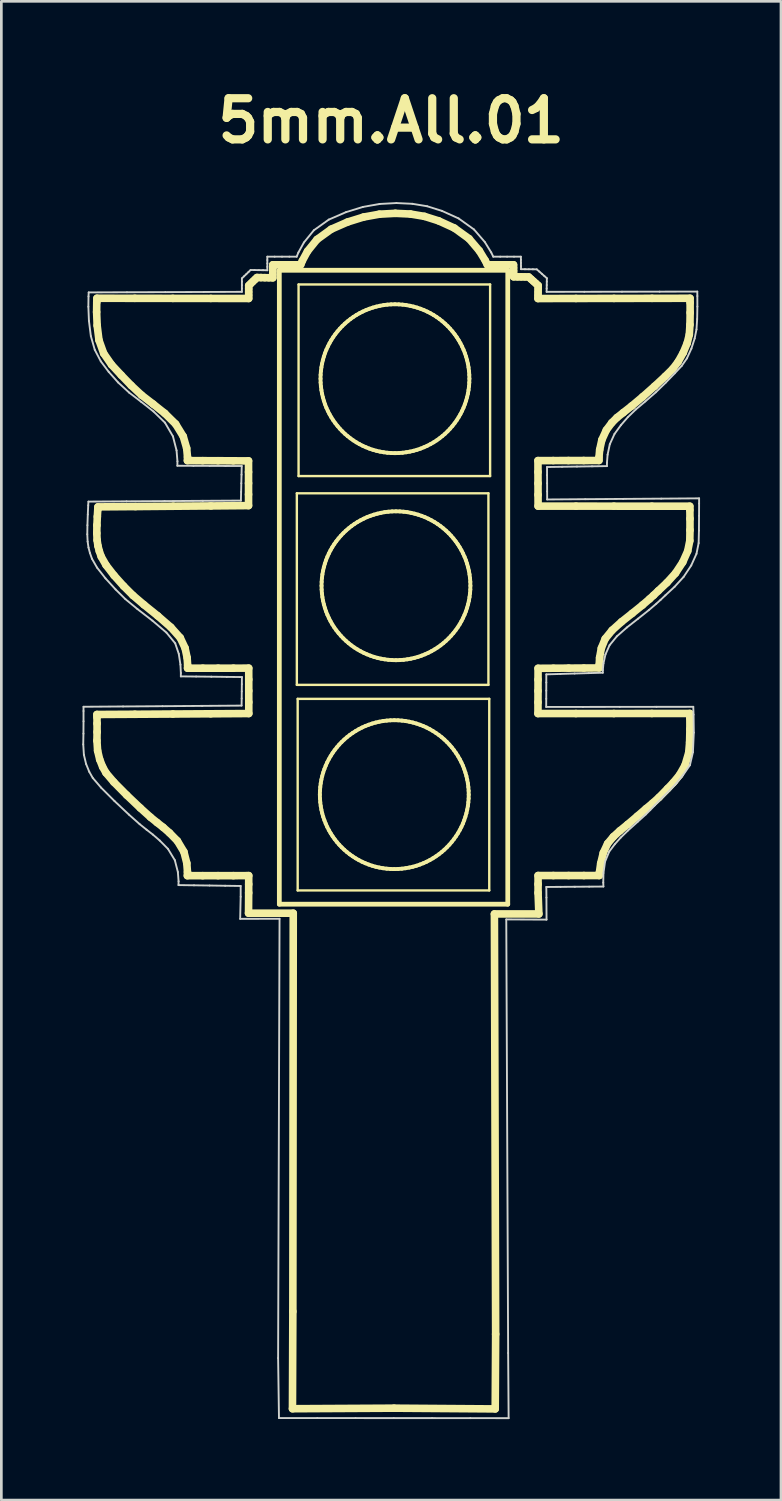
<source format=kicad_pcb>
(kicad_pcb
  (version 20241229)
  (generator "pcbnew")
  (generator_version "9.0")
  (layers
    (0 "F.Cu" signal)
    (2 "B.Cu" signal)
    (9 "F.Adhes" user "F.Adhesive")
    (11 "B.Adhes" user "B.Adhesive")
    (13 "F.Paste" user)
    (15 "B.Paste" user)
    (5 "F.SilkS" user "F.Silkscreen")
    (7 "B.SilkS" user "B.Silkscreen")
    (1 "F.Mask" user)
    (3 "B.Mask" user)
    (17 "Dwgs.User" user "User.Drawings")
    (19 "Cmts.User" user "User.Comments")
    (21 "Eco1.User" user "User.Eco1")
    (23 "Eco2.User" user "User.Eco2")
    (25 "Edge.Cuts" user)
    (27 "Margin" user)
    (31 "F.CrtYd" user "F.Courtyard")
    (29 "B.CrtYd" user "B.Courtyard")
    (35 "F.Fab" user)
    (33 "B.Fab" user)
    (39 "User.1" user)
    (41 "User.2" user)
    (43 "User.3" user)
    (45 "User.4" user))
  (footprint "5mm.All.01"
    (layer "F.Cu")
    (at 11.445 26.991)
    (property "Reference" "5mm.All.01" (at 0 -25.565 0) (layer "F.SilkS") (effects (font (size 1.524 1.524) (thickness 0.305))))
    (attr smd)
    (fp_line (start -10.914 -18.478) (end -10.894 -17.977) (stroke (width 0.281) (type solid)) (layer "F.SilkS"))
    (fp_line (start -10.909 -18.845) (end -10.914 -18.478) (stroke (width 0.281) (type solid)) (layer "F.SilkS"))
    (fp_line (start -10.908 -10.282) (end -10.896 -10.022) (stroke (width 0.281) (type solid)) (layer "F.SilkS"))
    (fp_line (start -10.903 -3.562) (end -10.901 -3.467) (stroke (width 0.281) (type solid)) (layer "F.SilkS"))
    (fp_line (start -10.903 -18.987) (end -10.909 -18.845) (stroke (width 0.281) (type solid)) (layer "F.SilkS"))
    (fp_line (start -10.903 -10.575) (end -10.908 -10.282) (stroke (width 0.281) (type solid)) (layer "F.SilkS"))
    (fp_line (start -10.902 -2.592) (end -10.878 -2.221) (stroke (width 0.281) (type solid)) (layer "F.SilkS"))
    (fp_line (start -10.901 -3.467) (end -10.898 -3.229) (stroke (width 0.281) (type solid)) (layer "F.SilkS"))
    (fp_line (start -10.898 -3.229) (end -10.897 -2.915) (stroke (width 0.281) (type solid)) (layer "F.SilkS"))
    (fp_line (start -10.897 -2.915) (end -10.902 -2.592) (stroke (width 0.281) (type solid)) (layer "F.SilkS"))
    (fp_line (start -10.896 -10.022) (end -10.865 -9.81) (stroke (width 0.281) (type solid)) (layer "F.SilkS"))
    (fp_line (start -10.894 -17.977) (end -10.827 -17.433) (stroke (width 0.281) (type solid)) (layer "F.SilkS"))
    (fp_line (start -10.888 -10.894) (end -10.903 -10.575) (stroke (width 0.281) (type solid)) (layer "F.SilkS"))
    (fp_line (start -10.878 -2.221) (end -10.8 -1.894) (stroke (width 0.281) (type solid)) (layer "F.SilkS"))
    (fp_line (start -10.872 -11.15) (end -10.888 -10.894) (stroke (width 0.281) (type solid)) (layer "F.SilkS"))
    (fp_line (start -10.865 -9.81) (end -10.815 -9.616) (stroke (width 0.281) (type solid)) (layer "F.SilkS"))
    (fp_line (start -10.865 -11.256) (end -10.872 -11.15) (stroke (width 0.281) (type solid)) (layer "F.SilkS"))
    (fp_line (start -10.827 -17.433) (end -10.652 -16.944) (stroke (width 0.281) (type solid)) (layer "F.SilkS"))
    (fp_line (start -10.815 -9.616) (end -10.744 -9.413) (stroke (width 0.281) (type solid)) (layer "F.SilkS"))
    (fp_line (start -10.8 -1.894) (end -10.69 -1.618) (stroke (width 0.281) (type solid)) (layer "F.SilkS"))
    (fp_line (start -10.744 -9.413) (end -10.566 -9.099) (stroke (width 0.281) (type solid)) (layer "F.SilkS"))
    (fp_line (start -10.69 -1.618) (end -10.567 -1.399) (stroke (width 0.281) (type solid)) (layer "F.SilkS"))
    (fp_line (start -10.652 -16.944) (end -10.36 -16.523) (stroke (width 0.281) (type solid)) (layer "F.SilkS"))
    (fp_line (start -10.567 -1.399) (end -10.276 -1.056) (stroke (width 0.281) (type solid)) (layer "F.SilkS"))
    (fp_line (start -10.566 -9.099) (end -10.268 -8.715) (stroke (width 0.281) (type solid)) (layer "F.SilkS"))
    (fp_line (start -10.36 -16.523) (end -10.002 -16.138) (stroke (width 0.281) (type solid)) (layer "F.SilkS"))
    (fp_line (start -10.276 -1.056) (end -9.8 -0.575) (stroke (width 0.281) (type solid)) (layer "F.SilkS"))
    (fp_line (start -10.268 -8.715) (end -9.914 -8.321) (stroke (width 0.281) (type solid)) (layer "F.SilkS"))
    (fp_line (start -10.002 -16.138) (end -9.633 -15.756) (stroke (width 0.281) (type solid)) (layer "F.SilkS"))
    (fp_line (start -9.914 -8.321) (end -9.567 -7.975) (stroke (width 0.281) (type solid)) (layer "F.SilkS"))
    (fp_line (start -9.8 -0.575) (end -9.295 -0.095) (stroke (width 0.281) (type solid)) (layer "F.SilkS"))
    (fp_line (start -9.633 -15.756) (end -9.246 -15.395) (stroke (width 0.281) (type solid)) (layer "F.SilkS"))
    (fp_line (start -9.567 -7.975) (end -9.157 -7.626) (stroke (width 0.281) (type solid)) (layer "F.SilkS"))
    (fp_line (start -9.497 -18.985) (end -10.903 -18.987) (stroke (width 0.281) (type solid)) (layer "F.SilkS"))
    (fp_line (start -9.496 -3.57) (end -10.903 -3.562) (stroke (width 0.281) (type solid)) (layer "F.SilkS"))
    (fp_line (start -9.47 -11.267) (end -10.865 -11.256) (stroke (width 0.281) (type solid)) (layer "F.SilkS"))
    (fp_line (start -9.295 -0.095) (end -8.917 0.246) (stroke (width 0.281) (type solid)) (layer "F.SilkS"))
    (fp_line (start -9.246 -15.395) (end -8.82 -15.066) (stroke (width 0.281) (type solid)) (layer "F.SilkS"))
    (fp_line (start -9.157 -7.626) (end -8.651 -7.218) (stroke (width 0.281) (type solid)) (layer "F.SilkS"))
    (fp_line (start -8.917 0.246) (end -8.675 0.442) (stroke (width 0.281) (type solid)) (layer "F.SilkS"))
    (fp_line (start -8.82 -15.066) (end -8.388 -14.723) (stroke (width 0.281) (type solid)) (layer "F.SilkS"))
    (fp_line (start -8.675 0.442) (end -8.451 0.618) (stroke (width 0.281) (type solid)) (layer "F.SilkS"))
    (fp_line (start -8.651 -7.218) (end -8.164 -6.795) (stroke (width 0.281) (type solid)) (layer "F.SilkS"))
    (fp_line (start -8.451 0.618) (end -8.211 0.827) (stroke (width 0.281) (type solid)) (layer "F.SilkS"))
    (fp_line (start -8.388 -14.723) (end -7.985 -14.326) (stroke (width 0.281) (type solid)) (layer "F.SilkS"))
    (fp_line (start -8.211 0.827) (end -7.921 1.124) (stroke (width 0.281) (type solid)) (layer "F.SilkS"))
    (fp_line (start -8.164 -6.795) (end -7.815 -6.405) (stroke (width 0.281) (type solid)) (layer "F.SilkS"))
    (fp_line (start -8.09 -18.983) (end -9.497 -18.985) (stroke (width 0.281) (type solid)) (layer "F.SilkS"))
    (fp_line (start -8.089 -3.579) (end -9.496 -3.57) (stroke (width 0.281) (type solid)) (layer "F.SilkS"))
    (fp_line (start -8.075 -11.279) (end -9.47 -11.267) (stroke (width 0.281) (type solid)) (layer "F.SilkS"))
    (fp_line (start -7.985 -14.326) (end -7.703 -13.866) (stroke (width 0.281) (type solid)) (layer "F.SilkS"))
    (fp_line (start -7.921 1.124) (end -7.679 1.528) (stroke (width 0.281) (type solid)) (layer "F.SilkS"))
    (fp_line (start -7.815 -6.405) (end -7.637 -6.027) (stroke (width 0.281) (type solid)) (layer "F.SilkS"))
    (fp_line (start -7.703 -13.866) (end -7.577 -13.428) (stroke (width 0.281) (type solid)) (layer "F.SilkS"))
    (fp_line (start -7.679 1.528) (end -7.572 1.948) (stroke (width 0.281) (type solid)) (layer "F.SilkS"))
    (fp_line (start -7.637 -6.027) (end -7.559 -5.662) (stroke (width 0.281) (type solid)) (layer "F.SilkS"))
    (fp_line (start -7.577 -13.428) (end -7.546 -13.1) (stroke (width 0.281) (type solid)) (layer "F.SilkS"))
    (fp_line (start -7.572 1.948) (end -7.547 2.279) (stroke (width 0.281) (type solid)) (layer "F.SilkS"))
    (fp_line (start -7.559 -5.662) (end -7.541 -5.386) (stroke (width 0.281) (type solid)) (layer "F.SilkS"))
    (fp_line (start -7.551 2.412) (end -6.982 2.412) (stroke (width 0.281) (type solid)) (layer "F.SilkS"))
    (fp_line (start -7.549 -12.971) (end -6.983 -12.968) (stroke (width 0.281) (type solid)) (layer "F.SilkS"))
    (fp_line (start -7.547 2.279) (end -7.551 2.412) (stroke (width 0.281) (type solid)) (layer "F.SilkS"))
    (fp_line (start -7.546 -13.1) (end -7.549 -12.971) (stroke (width 0.281) (type solid)) (layer "F.SilkS"))
    (fp_line (start -7.544 -5.277) (end -6.977 -5.277) (stroke (width 0.281) (type solid)) (layer "F.SilkS"))
    (fp_line (start -7.541 -5.386) (end -7.544 -5.277) (stroke (width 0.281) (type solid)) (layer "F.SilkS"))
    (fp_line (start -6.983 -12.968) (end -6.416 -12.966) (stroke (width 0.281) (type solid)) (layer "F.SilkS"))
    (fp_line (start -6.982 2.412) (end -6.414 2.411) (stroke (width 0.281) (type solid)) (layer "F.SilkS"))
    (fp_line (start -6.977 -5.277) (end -6.411 -5.278) (stroke (width 0.281) (type solid)) (layer "F.SilkS"))
    (fp_line (start -6.684 -18.981) (end -8.09 -18.983) (stroke (width 0.281) (type solid)) (layer "F.SilkS"))
    (fp_line (start -6.682 -3.588) (end -8.089 -3.579) (stroke (width 0.281) (type solid)) (layer "F.SilkS"))
    (fp_line (start -6.679 -11.291) (end -8.075 -11.279) (stroke (width 0.281) (type solid)) (layer "F.SilkS"))
    (fp_line (start -6.416 -12.966) (end -5.85 -12.963) (stroke (width 0.281) (type solid)) (layer "F.SilkS"))
    (fp_line (start -6.414 2.411) (end -5.846 2.411) (stroke (width 0.281) (type solid)) (layer "F.SilkS"))
    (fp_line (start -6.411 -5.278) (end -5.844 -5.278) (stroke (width 0.281) (type solid)) (layer "F.SilkS"))
    (fp_line (start -5.85 -12.963) (end -5.284 -12.961) (stroke (width 0.281) (type solid)) (layer "F.SilkS"))
    (fp_line (start -5.846 2.411) (end -5.277 2.41) (stroke (width 0.281) (type solid)) (layer "F.SilkS"))
    (fp_line (start -5.844 -5.278) (end -5.277 -5.279) (stroke (width 0.281) (type solid)) (layer "F.SilkS"))
    (fp_line (start -5.284 3.802) (end -3.627 3.803) (stroke (width 0.281) (type solid)) (layer "F.SilkS"))
    (fp_line (start -5.284 -12.961) (end -5.284 -12.547) (stroke (width 0.281) (type solid)) (layer "F.SilkS"))
    (fp_line (start -5.284 -12.547) (end -5.284 -12.132) (stroke (width 0.281) (type solid)) (layer "F.SilkS"))
    (fp_line (start -5.284 -12.132) (end -5.284 -11.717) (stroke (width 0.281) (type solid)) (layer "F.SilkS"))
    (fp_line (start -5.284 -11.717) (end -5.284 -11.303) (stroke (width 0.281) (type solid)) (layer "F.SilkS"))
    (fp_line (start -5.284 -11.303) (end -6.679 -11.291) (stroke (width 0.281) (type solid)) (layer "F.SilkS"))
    (fp_line (start -5.279 3.049) (end -5.284 3.802) (stroke (width 0.281) (type solid)) (layer "F.SilkS"))
    (fp_line (start -5.278 2.729) (end -5.279 3.049) (stroke (width 0.281) (type solid)) (layer "F.SilkS"))
    (fp_line (start -5.278 -19.458) (end -5.278 -19.338) (stroke (width 0.281) (type solid)) (layer "F.SilkS"))
    (fp_line (start -5.278 -19.338) (end -5.278 -19.218) (stroke (width 0.281) (type solid)) (layer "F.SilkS"))
    (fp_line (start -5.278 -19.218) (end -5.278 -19.099) (stroke (width 0.281) (type solid)) (layer "F.SilkS"))
    (fp_line (start -5.278 -19.099) (end -5.278 -18.979) (stroke (width 0.281) (type solid)) (layer "F.SilkS"))
    (fp_line (start -5.278 -18.979) (end -6.684 -18.981) (stroke (width 0.281) (type solid)) (layer "F.SilkS"))
    (fp_line (start -5.277 2.41) (end -5.278 2.729) (stroke (width 0.281) (type solid)) (layer "F.SilkS"))
    (fp_line (start -5.277 -5.279) (end -5.276 -4.858) (stroke (width 0.281) (type solid)) (layer "F.SilkS"))
    (fp_line (start -5.276 -4.858) (end -5.276 -4.438) (stroke (width 0.281) (type solid)) (layer "F.SilkS"))
    (fp_line (start -5.276 -4.438) (end -5.275 -4.018) (stroke (width 0.281) (type solid)) (layer "F.SilkS"))
    (fp_line (start -5.275 -4.018) (end -5.275 -3.597) (stroke (width 0.281) (type solid)) (layer "F.SilkS"))
    (fp_line (start -5.275 -3.597) (end -6.682 -3.588) (stroke (width 0.281) (type solid)) (layer "F.SilkS"))
    (fp_line (start -5.201 -19.532) (end -5.278 -19.458) (stroke (width 0.281) (type solid)) (layer "F.SilkS"))
    (fp_line (start -5.125 -19.607) (end -5.201 -19.532) (stroke (width 0.281) (type solid)) (layer "F.SilkS"))
    (fp_line (start -5.048 -19.681) (end -5.125 -19.607) (stroke (width 0.281) (type solid)) (layer "F.SilkS"))
    (fp_line (start -4.971 -19.756) (end -5.048 -19.681) (stroke (width 0.281) (type solid)) (layer "F.SilkS"))
    (fp_line (start -4.825 -19.753) (end -4.971 -19.756) (stroke (width 0.281) (type solid)) (layer "F.SilkS"))
    (fp_line (start -4.678 -19.75) (end -4.825 -19.753) (stroke (width 0.281) (type solid)) (layer "F.SilkS"))
    (fp_line (start -4.531 -19.748) (end -4.678 -19.75) (stroke (width 0.281) (type solid)) (layer "F.SilkS"))
    (fp_line (start -4.384 -20.228) (end -4.384 -20.108) (stroke (width 0.281) (type solid)) (layer "F.SilkS"))
    (fp_line (start -4.384 -20.108) (end -4.384 -19.987) (stroke (width 0.281) (type solid)) (layer "F.SilkS"))
    (fp_line (start -4.384 -19.987) (end -4.384 -19.866) (stroke (width 0.281) (type solid)) (layer "F.SilkS"))
    (fp_line (start -4.384 -19.866) (end -4.384 -19.745) (stroke (width 0.281) (type solid)) (layer "F.SilkS"))
    (fp_line (start -4.384 -19.745) (end -4.531 -19.748) (stroke (width 0.281) (type solid)) (layer "F.SilkS"))
    (fp_line (start -4.143 -20.025) (end 4.323 -20.025) (stroke (width 0.176) (type solid)) (layer "F.SilkS"))
    (fp_line (start -4.143 3.469) (end -4.143 -20.025) (stroke (width 0.176) (type solid)) (layer "F.SilkS"))
    (fp_line (start -4.126 -20.228) (end -4.384 -20.228) (stroke (width 0.281) (type solid)) (layer "F.SilkS"))
    (fp_line (start -3.868 -20.228) (end -4.126 -20.228) (stroke (width 0.281) (type solid)) (layer "F.SilkS"))
    (fp_line (start -3.656 22.167) (end 0.107 22.147) (stroke (width 0.281) (type solid)) (layer "F.SilkS"))
    (fp_line (start -3.642 18.563) (end -3.656 22.167) (stroke (width 0.281) (type solid)) (layer "F.SilkS"))
    (fp_line (start -3.627 3.803) (end -3.642 18.563) (stroke (width 0.281) (type solid)) (layer "F.SilkS"))
    (fp_line (start -3.609 -20.228) (end -3.868 -20.228) (stroke (width 0.281) (type solid)) (layer "F.SilkS"))
    (fp_line (start -3.494 -11.759) (end 3.606 -11.759) (stroke (width 0.088) (type solid)) (layer "F.SilkS"))
    (fp_line (start -3.494 -4.66) (end -3.494 -11.759) (stroke (width 0.088) (type solid)) (layer "F.SilkS"))
    (fp_line (start -3.463 -4.141) (end 3.637 -4.141) (stroke (width 0.088) (type solid)) (layer "F.SilkS"))
    (fp_line (start -3.463 2.959) (end -3.463 -4.141) (stroke (width 0.088) (type solid)) (layer "F.SilkS"))
    (fp_line (start -3.43 -19.498) (end 3.669 -19.498) (stroke (width 0.088) (type solid)) (layer "F.SilkS"))
    (fp_line (start -3.43 -12.398) (end -3.43 -19.498) (stroke (width 0.088) (type solid)) (layer "F.SilkS"))
    (fp_line (start -3.351 -20.228) (end -3.609 -20.228) (stroke (width 0.281) (type solid)) (layer "F.SilkS"))
    (fp_line (start -3.291 -20.376) (end -3.351 -20.228) (stroke (width 0.281) (type solid)) (layer "F.SilkS"))
    (fp_line (start -3.097 -20.732) (end -3.291 -20.376) (stroke (width 0.281) (type solid)) (layer "F.SilkS"))
    (fp_line (start -2.747 -21.166) (end -3.097 -20.732) (stroke (width 0.281) (type solid)) (layer "F.SilkS"))
    (fp_line (start -2.641 -0.591) (end -2.637 -0.733) (stroke (width 0.144) (type solid)) (layer "F.SilkS"))
    (fp_line (start -2.637 -0.733) (end -2.626 -0.873) (stroke (width 0.144) (type solid)) (layer "F.SilkS"))
    (fp_line (start -2.637 -0.449) (end -2.641 -0.591) (stroke (width 0.144) (type solid)) (layer "F.SilkS"))
    (fp_line (start -2.626 -0.873) (end -2.609 -1.011) (stroke (width 0.144) (type solid)) (layer "F.SilkS"))
    (fp_line (start -2.626 -0.309) (end -2.637 -0.449) (stroke (width 0.144) (type solid)) (layer "F.SilkS"))
    (fp_line (start -2.616 -16.006) (end -2.613 -16.148) (stroke (width 0.144) (type solid)) (layer "F.SilkS"))
    (fp_line (start -2.613 -16.148) (end -2.602 -16.288) (stroke (width 0.144) (type solid)) (layer "F.SilkS"))
    (fp_line (start -2.613 -15.864) (end -2.616 -16.006) (stroke (width 0.144) (type solid)) (layer "F.SilkS"))
    (fp_line (start -2.609 -1.011) (end -2.585 -1.147) (stroke (width 0.144) (type solid)) (layer "F.SilkS"))
    (fp_line (start -2.609 -0.171) (end -2.626 -0.309) (stroke (width 0.144) (type solid)) (layer "F.SilkS"))
    (fp_line (start -2.602 -16.288) (end -2.584 -16.426) (stroke (width 0.144) (type solid)) (layer "F.SilkS"))
    (fp_line (start -2.602 -15.724) (end -2.613 -15.864) (stroke (width 0.144) (type solid)) (layer "F.SilkS"))
    (fp_line (start -2.585 -1.147) (end -2.554 -1.28) (stroke (width 0.144) (type solid)) (layer "F.SilkS"))
    (fp_line (start -2.585 -0.035) (end -2.609 -0.171) (stroke (width 0.144) (type solid)) (layer "F.SilkS"))
    (fp_line (start -2.584 -16.426) (end -2.56 -16.562) (stroke (width 0.144) (type solid)) (layer "F.SilkS"))
    (fp_line (start -2.584 -15.586) (end -2.602 -15.724) (stroke (width 0.144) (type solid)) (layer "F.SilkS"))
    (fp_line (start -2.579 -8.333) (end -2.575 -8.475) (stroke (width 0.144) (type solid)) (layer "F.SilkS"))
    (fp_line (start -2.575 -8.475) (end -2.565 -8.615) (stroke (width 0.144) (type solid)) (layer "F.SilkS"))
    (fp_line (start -2.575 -8.191) (end -2.579 -8.333) (stroke (width 0.144) (type solid)) (layer "F.SilkS"))
    (fp_line (start -2.565 -8.615) (end -2.547 -8.753) (stroke (width 0.144) (type solid)) (layer "F.SilkS"))
    (fp_line (start -2.565 -8.051) (end -2.575 -8.191) (stroke (width 0.144) (type solid)) (layer "F.SilkS"))
    (fp_line (start -2.56 -16.562) (end -2.529 -16.696) (stroke (width 0.144) (type solid)) (layer "F.SilkS"))
    (fp_line (start -2.56 -15.45) (end -2.584 -15.586) (stroke (width 0.144) (type solid)) (layer "F.SilkS"))
    (fp_line (start -2.554 -1.28) (end -2.517 -1.411) (stroke (width 0.144) (type solid)) (layer "F.SilkS"))
    (fp_line (start -2.554 0.098) (end -2.585 -0.035) (stroke (width 0.144) (type solid)) (layer "F.SilkS"))
    (fp_line (start -2.547 -8.753) (end -2.523 -8.889) (stroke (width 0.144) (type solid)) (layer "F.SilkS"))
    (fp_line (start -2.547 -7.913) (end -2.565 -8.051) (stroke (width 0.144) (type solid)) (layer "F.SilkS"))
    (fp_line (start -2.529 -16.696) (end -2.492 -16.827) (stroke (width 0.144) (type solid)) (layer "F.SilkS"))
    (fp_line (start -2.529 -15.317) (end -2.56 -15.45) (stroke (width 0.144) (type solid)) (layer "F.SilkS"))
    (fp_line (start -2.523 -8.889) (end -2.492 -9.022) (stroke (width 0.144) (type solid)) (layer "F.SilkS"))
    (fp_line (start -2.523 -7.777) (end -2.547 -7.913) (stroke (width 0.144) (type solid)) (layer "F.SilkS"))
    (fp_line (start -2.517 -1.411) (end -2.473 -1.539) (stroke (width 0.144) (type solid)) (layer "F.SilkS"))
    (fp_line (start -2.517 0.229) (end -2.554 0.098) (stroke (width 0.144) (type solid)) (layer "F.SilkS"))
    (fp_line (start -2.492 -16.827) (end -2.449 -16.955) (stroke (width 0.144) (type solid)) (layer "F.SilkS"))
    (fp_line (start -2.492 -15.186) (end -2.529 -15.317) (stroke (width 0.144) (type solid)) (layer "F.SilkS"))
    (fp_line (start -2.492 -9.022) (end -2.455 -9.153) (stroke (width 0.144) (type solid)) (layer "F.SilkS"))
    (fp_line (start -2.492 -7.643) (end -2.523 -7.777) (stroke (width 0.144) (type solid)) (layer "F.SilkS"))
    (fp_line (start -2.473 -1.539) (end -2.424 -1.665) (stroke (width 0.144) (type solid)) (layer "F.SilkS"))
    (fp_line (start -2.473 0.357) (end -2.517 0.229) (stroke (width 0.144) (type solid)) (layer "F.SilkS"))
    (fp_line (start -2.455 -9.153) (end -2.412 -9.281) (stroke (width 0.144) (type solid)) (layer "F.SilkS"))
    (fp_line (start -2.455 -7.512) (end -2.492 -7.643) (stroke (width 0.144) (type solid)) (layer "F.SilkS"))
    (fp_line (start -2.449 -16.955) (end -2.4 -17.08) (stroke (width 0.144) (type solid)) (layer "F.SilkS"))
    (fp_line (start -2.449 -15.058) (end -2.492 -15.186) (stroke (width 0.144) (type solid)) (layer "F.SilkS"))
    (fp_line (start -2.424 -1.665) (end -2.369 -1.787) (stroke (width 0.144) (type solid)) (layer "F.SilkS"))
    (fp_line (start -2.424 0.483) (end -2.473 0.357) (stroke (width 0.144) (type solid)) (layer "F.SilkS"))
    (fp_line (start -2.412 -9.281) (end -2.362 -9.407) (stroke (width 0.144) (type solid)) (layer "F.SilkS"))
    (fp_line (start -2.412 -7.384) (end -2.455 -7.512) (stroke (width 0.144) (type solid)) (layer "F.SilkS"))
    (fp_line (start -2.4 -17.08) (end -2.344 -17.202) (stroke (width 0.144) (type solid)) (layer "F.SilkS"))
    (fp_line (start -2.4 -14.933) (end -2.449 -15.058) (stroke (width 0.144) (type solid)) (layer "F.SilkS"))
    (fp_line (start -2.369 -1.787) (end -2.308 -1.906) (stroke (width 0.144) (type solid)) (layer "F.SilkS"))
    (fp_line (start -2.369 0.605) (end -2.424 0.483) (stroke (width 0.144) (type solid)) (layer "F.SilkS"))
    (fp_line (start -2.362 -9.407) (end -2.307 -9.529) (stroke (width 0.144) (type solid)) (layer "F.SilkS"))
    (fp_line (start -2.362 -7.259) (end -2.412 -7.384) (stroke (width 0.144) (type solid)) (layer "F.SilkS"))
    (fp_line (start -2.344 -17.202) (end -2.283 -17.321) (stroke (width 0.144) (type solid)) (layer "F.SilkS"))
    (fp_line (start -2.344 -14.81) (end -2.4 -14.933) (stroke (width 0.144) (type solid)) (layer "F.SilkS"))
    (fp_line (start -2.308 -1.906) (end -2.241 -2.021) (stroke (width 0.144) (type solid)) (layer "F.SilkS"))
    (fp_line (start -2.308 0.724) (end -2.369 0.605) (stroke (width 0.144) (type solid)) (layer "F.SilkS"))
    (fp_line (start -2.307 -9.529) (end -2.246 -9.648) (stroke (width 0.144) (type solid)) (layer "F.SilkS"))
    (fp_line (start -2.307 -7.137) (end -2.362 -7.259) (stroke (width 0.144) (type solid)) (layer "F.SilkS"))
    (fp_line (start -2.283 -17.321) (end -2.217 -17.437) (stroke (width 0.144) (type solid)) (layer "F.SilkS"))
    (fp_line (start -2.283 -14.691) (end -2.344 -14.81) (stroke (width 0.144) (type solid)) (layer "F.SilkS"))
    (fp_line (start -2.246 -9.648) (end -2.18 -9.763) (stroke (width 0.144) (type solid)) (layer "F.SilkS"))
    (fp_line (start -2.246 -7.018) (end -2.307 -7.137) (stroke (width 0.144) (type solid)) (layer "F.SilkS"))
    (fp_line (start -2.241 -2.021) (end -2.17 -2.133) (stroke (width 0.144) (type solid)) (layer "F.SilkS"))
    (fp_line (start -2.241 0.839) (end -2.308 0.724) (stroke (width 0.144) (type solid)) (layer "F.SilkS"))
    (fp_line (start -2.221 -21.546) (end -2.747 -21.166) (stroke (width 0.281) (type solid)) (layer "F.SilkS"))
    (fp_line (start -2.217 -17.437) (end -2.145 -17.549) (stroke (width 0.144) (type solid)) (layer "F.SilkS"))
    (fp_line (start -2.217 -14.576) (end -2.283 -14.691) (stroke (width 0.144) (type solid)) (layer "F.SilkS"))
    (fp_line (start -2.18 -9.763) (end -2.108 -9.875) (stroke (width 0.144) (type solid)) (layer "F.SilkS"))
    (fp_line (start -2.18 -6.902) (end -2.246 -7.018) (stroke (width 0.144) (type solid)) (layer "F.SilkS"))
    (fp_line (start -2.17 -2.133) (end -2.093 -2.241) (stroke (width 0.144) (type solid)) (layer "F.SilkS"))
    (fp_line (start -2.17 0.951) (end -2.241 0.839) (stroke (width 0.144) (type solid)) (layer "F.SilkS"))
    (fp_line (start -2.145 -17.549) (end -2.068 -17.657) (stroke (width 0.144) (type solid)) (layer "F.SilkS"))
    (fp_line (start -2.145 -14.464) (end -2.217 -14.576) (stroke (width 0.144) (type solid)) (layer "F.SilkS"))
    (fp_line (start -2.108 -9.875) (end -2.031 -9.983) (stroke (width 0.144) (type solid)) (layer "F.SilkS"))
    (fp_line (start -2.108 -6.79) (end -2.18 -6.902) (stroke (width 0.144) (type solid)) (layer "F.SilkS"))
    (fp_line (start -2.093 -2.241) (end -2.011 -2.346) (stroke (width 0.144) (type solid)) (layer "F.SilkS"))
    (fp_line (start -2.093 1.059) (end -2.17 0.951) (stroke (width 0.144) (type solid)) (layer "F.SilkS"))
    (fp_line (start -2.068 -17.657) (end -1.986 -17.761) (stroke (width 0.144) (type solid)) (layer "F.SilkS"))
    (fp_line (start -2.068 -14.356) (end -2.145 -14.464) (stroke (width 0.144) (type solid)) (layer "F.SilkS"))
    (fp_line (start -2.031 -9.983) (end -1.949 -10.087) (stroke (width 0.144) (type solid)) (layer "F.SilkS"))
    (fp_line (start -2.031 -6.682) (end -2.108 -6.79) (stroke (width 0.144) (type solid)) (layer "F.SilkS"))
    (fp_line (start -2.011 -2.346) (end -1.924 -2.446) (stroke (width 0.144) (type solid)) (layer "F.SilkS"))
    (fp_line (start -2.011 1.164) (end -2.093 1.059) (stroke (width 0.144) (type solid)) (layer "F.SilkS"))
    (fp_line (start -1.986 -17.761) (end -1.9 -17.861) (stroke (width 0.144) (type solid)) (layer "F.SilkS"))
    (fp_line (start -1.986 -14.252) (end -2.068 -14.356) (stroke (width 0.144) (type solid)) (layer "F.SilkS"))
    (fp_line (start -1.949 -10.087) (end -1.862 -10.188) (stroke (width 0.144) (type solid)) (layer "F.SilkS"))
    (fp_line (start -1.949 -6.578) (end -2.031 -6.682) (stroke (width 0.144) (type solid)) (layer "F.SilkS"))
    (fp_line (start -1.924 -2.446) (end -1.833 -2.542) (stroke (width 0.144) (type solid)) (layer "F.SilkS"))
    (fp_line (start -1.924 1.264) (end -2.011 1.164) (stroke (width 0.144) (type solid)) (layer "F.SilkS"))
    (fp_line (start -1.9 -17.861) (end -1.808 -17.957) (stroke (width 0.144) (type solid)) (layer "F.SilkS"))
    (fp_line (start -1.9 -14.152) (end -1.986 -14.252) (stroke (width 0.144) (type solid)) (layer "F.SilkS"))
    (fp_line (start -1.862 -10.188) (end -1.771 -10.283) (stroke (width 0.144) (type solid)) (layer "F.SilkS"))
    (fp_line (start -1.862 -6.478) (end -1.949 -6.578) (stroke (width 0.144) (type solid)) (layer "F.SilkS"))
    (fp_line (start -1.833 -2.542) (end -1.737 -2.633) (stroke (width 0.144) (type solid)) (layer "F.SilkS"))
    (fp_line (start -1.833 1.36) (end -1.924 1.264) (stroke (width 0.144) (type solid)) (layer "F.SilkS"))
    (fp_line (start -1.808 -17.957) (end -1.713 -18.048) (stroke (width 0.144) (type solid)) (layer "F.SilkS"))
    (fp_line (start -1.808 -14.056) (end -1.9 -14.152) (stroke (width 0.144) (type solid)) (layer "F.SilkS"))
    (fp_line (start -1.771 -10.283) (end -1.675 -10.375) (stroke (width 0.144) (type solid)) (layer "F.SilkS"))
    (fp_line (start -1.771 -6.382) (end -1.862 -6.478) (stroke (width 0.144) (type solid)) (layer "F.SilkS"))
    (fp_line (start -1.737 -2.633) (end -1.637 -2.72) (stroke (width 0.144) (type solid)) (layer "F.SilkS"))
    (fp_line (start -1.737 1.451) (end -1.833 1.36) (stroke (width 0.144) (type solid)) (layer "F.SilkS"))
    (fp_line (start -1.713 -18.048) (end -1.612 -18.135) (stroke (width 0.144) (type solid)) (layer "F.SilkS"))
    (fp_line (start -1.713 -13.964) (end -1.808 -14.056) (stroke (width 0.144) (type solid)) (layer "F.SilkS"))
    (fp_line (start -1.675 -10.375) (end -1.575 -10.461) (stroke (width 0.144) (type solid)) (layer "F.SilkS"))
    (fp_line (start -1.675 -6.291) (end -1.771 -6.382) (stroke (width 0.144) (type solid)) (layer "F.SilkS"))
    (fp_line (start -1.637 -2.72) (end -1.533 -2.802) (stroke (width 0.144) (type solid)) (layer "F.SilkS"))
    (fp_line (start -1.637 1.538) (end -1.737 1.451) (stroke (width 0.144) (type solid)) (layer "F.SilkS"))
    (fp_line (start -1.613 -21.813) (end -2.221 -21.546) (stroke (width 0.281) (type solid)) (layer "F.SilkS"))
    (fp_line (start -1.612 -18.135) (end -1.508 -18.217) (stroke (width 0.144) (type solid)) (layer "F.SilkS"))
    (fp_line (start -1.612 -13.878) (end -1.713 -13.964) (stroke (width 0.144) (type solid)) (layer "F.SilkS"))
    (fp_line (start -1.575 -10.461) (end -1.471 -10.543) (stroke (width 0.144) (type solid)) (layer "F.SilkS"))
    (fp_line (start -1.575 -6.204) (end -1.675 -6.291) (stroke (width 0.144) (type solid)) (layer "F.SilkS"))
    (fp_line (start -1.533 -2.802) (end -1.424 -2.878) (stroke (width 0.144) (type solid)) (layer "F.SilkS"))
    (fp_line (start -1.533 1.62) (end -1.637 1.538) (stroke (width 0.144) (type solid)) (layer "F.SilkS"))
    (fp_line (start -1.508 -18.217) (end -1.4 -18.294) (stroke (width 0.144) (type solid)) (layer "F.SilkS"))
    (fp_line (start -1.508 -13.796) (end -1.612 -13.878) (stroke (width 0.144) (type solid)) (layer "F.SilkS"))
    (fp_line (start -1.471 -10.543) (end -1.363 -10.62) (stroke (width 0.144) (type solid)) (layer "F.SilkS"))
    (fp_line (start -1.471 -6.122) (end -1.575 -6.204) (stroke (width 0.144) (type solid)) (layer "F.SilkS"))
    (fp_line (start -1.424 1.696) (end -1.533 1.62) (stroke (width 0.144) (type solid)) (layer "F.SilkS"))
    (fp_line (start -1.424 -2.878) (end -1.313 -2.95) (stroke (width 0.144) (type solid)) (layer "F.SilkS"))
    (fp_line (start -1.4 -13.719) (end -1.508 -13.796) (stroke (width 0.144) (type solid)) (layer "F.SilkS"))
    (fp_line (start -1.4 -18.294) (end -1.288 -18.366) (stroke (width 0.144) (type solid)) (layer "F.SilkS"))
    (fp_line (start -1.363 -6.045) (end -1.471 -6.122) (stroke (width 0.144) (type solid)) (layer "F.SilkS"))
    (fp_line (start -1.363 -10.62) (end -1.251 -10.692) (stroke (width 0.144) (type solid)) (layer "F.SilkS"))
    (fp_line (start -1.313 -2.95) (end -1.197 -3.017) (stroke (width 0.144) (type solid)) (layer "F.SilkS"))
    (fp_line (start -1.313 1.768) (end -1.424 1.696) (stroke (width 0.144) (type solid)) (layer "F.SilkS"))
    (fp_line (start -1.288 -18.366) (end -1.173 -18.432) (stroke (width 0.144) (type solid)) (layer "F.SilkS"))
    (fp_line (start -1.288 -13.647) (end -1.4 -13.719) (stroke (width 0.144) (type solid)) (layer "F.SilkS"))
    (fp_line (start -1.251 -10.692) (end -1.135 -10.758) (stroke (width 0.144) (type solid)) (layer "F.SilkS"))
    (fp_line (start -1.251 -5.974) (end -1.363 -6.045) (stroke (width 0.144) (type solid)) (layer "F.SilkS"))
    (fp_line (start -1.197 -3.017) (end -1.078 -3.078) (stroke (width 0.144) (type solid)) (layer "F.SilkS"))
    (fp_line (start -1.197 1.835) (end -1.313 1.768) (stroke (width 0.144) (type solid)) (layer "F.SilkS"))
    (fp_line (start -1.173 -18.432) (end -1.054 -18.493) (stroke (width 0.144) (type solid)) (layer "F.SilkS"))
    (fp_line (start -1.173 -13.581) (end -1.288 -13.647) (stroke (width 0.144) (type solid)) (layer "F.SilkS"))
    (fp_line (start -1.135 -10.758) (end -1.016 -10.819) (stroke (width 0.144) (type solid)) (layer "F.SilkS"))
    (fp_line (start -1.135 -5.907) (end -1.251 -5.974) (stroke (width 0.144) (type solid)) (layer "F.SilkS"))
    (fp_line (start -1.078 -3.078) (end -0.956 -3.133) (stroke (width 0.144) (type solid)) (layer "F.SilkS"))
    (fp_line (start -1.078 1.896) (end -1.197 1.835) (stroke (width 0.144) (type solid)) (layer "F.SilkS"))
    (fp_line (start -1.054 -18.493) (end -0.931 -18.548) (stroke (width 0.144) (type solid)) (layer "F.SilkS"))
    (fp_line (start -1.054 -13.52) (end -1.173 -13.581) (stroke (width 0.144) (type solid)) (layer "F.SilkS"))
    (fp_line (start -1.021 -21.997) (end -1.613 -21.813) (stroke (width 0.281) (type solid)) (layer "F.SilkS"))
    (fp_line (start -1.016 -10.819) (end -0.894 -10.875) (stroke (width 0.144) (type solid)) (layer "F.SilkS"))
    (fp_line (start -1.016 -5.846) (end -1.135 -5.907) (stroke (width 0.144) (type solid)) (layer "F.SilkS"))
    (fp_line (start -0.956 -3.133) (end -0.831 -3.182) (stroke (width 0.144) (type solid)) (layer "F.SilkS"))
    (fp_line (start -0.956 1.951) (end -1.078 1.896) (stroke (width 0.144) (type solid)) (layer "F.SilkS"))
    (fp_line (start -0.931 -18.548) (end -0.806 -18.598) (stroke (width 0.144) (type solid)) (layer "F.SilkS"))
    (fp_line (start -0.931 -13.465) (end -1.054 -13.52) (stroke (width 0.144) (type solid)) (layer "F.SilkS"))
    (fp_line (start -0.894 -10.875) (end -0.769 -10.924) (stroke (width 0.144) (type solid)) (layer "F.SilkS"))
    (fp_line (start -0.894 -5.791) (end -1.016 -5.846) (stroke (width 0.144) (type solid)) (layer "F.SilkS"))
    (fp_line (start -0.831 -3.182) (end -0.702 -3.226) (stroke (width 0.144) (type solid)) (layer "F.SilkS"))
    (fp_line (start -0.831 2) (end -0.956 1.951) (stroke (width 0.144) (type solid)) (layer "F.SilkS"))
    (fp_line (start -0.806 -18.598) (end -0.678 -18.641) (stroke (width 0.144) (type solid)) (layer "F.SilkS"))
    (fp_line (start -0.806 -13.415) (end -0.931 -13.465) (stroke (width 0.144) (type solid)) (layer "F.SilkS"))
    (fp_line (start -0.769 -10.924) (end -0.641 -10.967) (stroke (width 0.144) (type solid)) (layer "F.SilkS"))
    (fp_line (start -0.769 -5.742) (end -0.894 -5.791) (stroke (width 0.144) (type solid)) (layer "F.SilkS"))
    (fp_line (start -0.702 -3.226) (end -0.572 -3.263) (stroke (width 0.144) (type solid)) (layer "F.SilkS"))
    (fp_line (start -0.702 2.044) (end -0.831 2) (stroke (width 0.144) (type solid)) (layer "F.SilkS"))
    (fp_line (start -0.678 -18.641) (end -0.547 -18.678) (stroke (width 0.144) (type solid)) (layer "F.SilkS"))
    (fp_line (start -0.678 -13.372) (end -0.806 -13.415) (stroke (width 0.144) (type solid)) (layer "F.SilkS"))
    (fp_line (start -0.641 -10.967) (end -0.51 -11.004) (stroke (width 0.144) (type solid)) (layer "F.SilkS"))
    (fp_line (start -0.641 -5.698) (end -0.769 -5.742) (stroke (width 0.144) (type solid)) (layer "F.SilkS"))
    (fp_line (start -0.572 -3.263) (end -0.438 -3.294) (stroke (width 0.144) (type solid)) (layer "F.SilkS"))
    (fp_line (start -0.572 2.081) (end -0.702 2.044) (stroke (width 0.144) (type solid)) (layer "F.SilkS"))
    (fp_line (start -0.547 -18.678) (end -0.414 -18.709) (stroke (width 0.144) (type solid)) (layer "F.SilkS"))
    (fp_line (start -0.547 -13.335) (end -0.678 -13.372) (stroke (width 0.144) (type solid)) (layer "F.SilkS"))
    (fp_line (start -0.51 -11.004) (end -0.376 -11.035) (stroke (width 0.144) (type solid)) (layer "F.SilkS"))
    (fp_line (start -0.51 -5.661) (end -0.641 -5.698) (stroke (width 0.144) (type solid)) (layer "F.SilkS"))
    (fp_line (start -0.438 -3.294) (end -0.302 -3.318) (stroke (width 0.144) (type solid)) (layer "F.SilkS"))
    (fp_line (start -0.438 2.111) (end -0.572 2.081) (stroke (width 0.144) (type solid)) (layer "F.SilkS"))
    (fp_line (start -0.435 -22.103) (end -1.021 -21.997) (stroke (width 0.281) (type solid)) (layer "F.SilkS"))
    (fp_line (start -0.414 -18.709) (end -0.278 -18.733) (stroke (width 0.144) (type solid)) (layer "F.SilkS"))
    (fp_line (start -0.414 -13.304) (end -0.547 -13.335) (stroke (width 0.144) (type solid)) (layer "F.SilkS"))
    (fp_line (start -0.376 -11.035) (end -0.241 -11.06) (stroke (width 0.144) (type solid)) (layer "F.SilkS"))
    (fp_line (start -0.376 -5.63) (end -0.51 -5.661) (stroke (width 0.144) (type solid)) (layer "F.SilkS"))
    (fp_line (start -0.302 -3.318) (end -0.164 -3.335) (stroke (width 0.144) (type solid)) (layer "F.SilkS"))
    (fp_line (start -0.302 2.136) (end -0.438 2.111) (stroke (width 0.144) (type solid)) (layer "F.SilkS"))
    (fp_line (start -0.278 -18.733) (end -0.14 -18.751) (stroke (width 0.144) (type solid)) (layer "F.SilkS"))
    (fp_line (start -0.278 -13.28) (end -0.414 -13.304) (stroke (width 0.144) (type solid)) (layer "F.SilkS"))
    (fp_line (start -0.241 -11.06) (end -0.102 -11.077) (stroke (width 0.144) (type solid)) (layer "F.SilkS"))
    (fp_line (start -0.241 -5.606) (end -0.376 -5.63) (stroke (width 0.144) (type solid)) (layer "F.SilkS"))
    (fp_line (start -0.164 -3.335) (end -0.024 -3.346) (stroke (width 0.144) (type solid)) (layer "F.SilkS"))
    (fp_line (start -0.164 2.153) (end -0.302 2.136) (stroke (width 0.144) (type solid)) (layer "F.SilkS"))
    (fp_line (start -0.14 -18.751) (end 0.000309 -18.761) (stroke (width 0.144) (type solid)) (layer "F.SilkS"))
    (fp_line (start -0.14 -13.262) (end -0.278 -13.28) (stroke (width 0.144) (type solid)) (layer "F.SilkS"))
    (fp_line (start -0.102 -11.077) (end 0.038 -11.088) (stroke (width 0.144) (type solid)) (layer "F.SilkS"))
    (fp_line (start -0.102 -5.588) (end -0.241 -5.606) (stroke (width 0.144) (type solid)) (layer "F.SilkS"))
    (fp_line (start -0.024 -3.346) (end 0.118 -3.35) (stroke (width 0.144) (type solid)) (layer "F.SilkS"))
    (fp_line (start -0.024 2.164) (end -0.164 2.153) (stroke (width 0.144) (type solid)) (layer "F.SilkS"))
    (fp_line (start 0.000309 -18.761) (end 0.142 -18.765) (stroke (width 0.144) (type solid)) (layer "F.SilkS"))
    (fp_line (start 0.000309 -13.251) (end -0.14 -13.262) (stroke (width 0.144) (type solid)) (layer "F.SilkS"))
    (fp_line (start 0.038 -11.088) (end 0.18 -11.091) (stroke (width 0.144) (type solid)) (layer "F.SilkS"))
    (fp_line (start 0.038 -5.578) (end -0.102 -5.588) (stroke (width 0.144) (type solid)) (layer "F.SilkS"))
    (fp_line (start 0.107 22.147) (end 3.858 22.174) (stroke (width 0.281) (type solid)) (layer "F.SilkS"))
    (fp_line (start 0.118 -3.35) (end 0.26 -3.346) (stroke (width 0.144) (type solid)) (layer "F.SilkS"))
    (fp_line (start 0.118 2.168) (end -0.024 2.164) (stroke (width 0.144) (type solid)) (layer "F.SilkS"))
    (fp_line (start 0.142 -18.765) (end 0.284 -18.761) (stroke (width 0.144) (type solid)) (layer "F.SilkS"))
    (fp_line (start 0.142 -13.248) (end 0.000309 -13.251) (stroke (width 0.144) (type solid)) (layer "F.SilkS"))
    (fp_line (start 0.157 -22.135) (end -0.435 -22.103) (stroke (width 0.281) (type solid)) (layer "F.SilkS"))
    (fp_line (start 0.18 -11.091) (end 0.322 -11.088) (stroke (width 0.144) (type solid)) (layer "F.SilkS"))
    (fp_line (start 0.18 -5.574) (end 0.038 -5.578) (stroke (width 0.144) (type solid)) (layer "F.SilkS"))
    (fp_line (start 0.26 -3.346) (end 0.4 -3.335) (stroke (width 0.144) (type solid)) (layer "F.SilkS"))
    (fp_line (start 0.26 2.164) (end 0.118 2.168) (stroke (width 0.144) (type solid)) (layer "F.SilkS"))
    (fp_line (start 0.284 -18.761) (end 0.424 -18.751) (stroke (width 0.144) (type solid)) (layer "F.SilkS"))
    (fp_line (start 0.284 -13.251) (end 0.142 -13.248) (stroke (width 0.144) (type solid)) (layer "F.SilkS"))
    (fp_line (start 0.322 -11.088) (end 0.462 -11.077) (stroke (width 0.144) (type solid)) (layer "F.SilkS"))
    (fp_line (start 0.322 -5.578) (end 0.18 -5.574) (stroke (width 0.144) (type solid)) (layer "F.SilkS"))
    (fp_line (start 0.4 -3.335) (end 0.538 -3.318) (stroke (width 0.144) (type solid)) (layer "F.SilkS"))
    (fp_line (start 0.4 2.153) (end 0.26 2.164) (stroke (width 0.144) (type solid)) (layer "F.SilkS"))
    (fp_line (start 0.424 -18.751) (end 0.562 -18.733) (stroke (width 0.144) (type solid)) (layer "F.SilkS"))
    (fp_line (start 0.424 -13.262) (end 0.284 -13.251) (stroke (width 0.144) (type solid)) (layer "F.SilkS"))
    (fp_line (start 0.462 -11.077) (end 0.6 -11.06) (stroke (width 0.144) (type solid)) (layer "F.SilkS"))
    (fp_line (start 0.462 -5.588) (end 0.322 -5.578) (stroke (width 0.144) (type solid)) (layer "F.SilkS"))
    (fp_line (start 0.538 -3.318) (end 0.674 -3.294) (stroke (width 0.144) (type solid)) (layer "F.SilkS"))
    (fp_line (start 0.538 2.136) (end 0.4 2.153) (stroke (width 0.144) (type solid)) (layer "F.SilkS"))
    (fp_line (start 0.562 -18.733) (end 0.698 -18.709) (stroke (width 0.144) (type solid)) (layer "F.SilkS"))
    (fp_line (start 0.562 -13.28) (end 0.424 -13.262) (stroke (width 0.144) (type solid)) (layer "F.SilkS"))
    (fp_line (start 0.6 -11.06) (end 0.735 -11.035) (stroke (width 0.144) (type solid)) (layer "F.SilkS"))
    (fp_line (start 0.6 -5.606) (end 0.462 -5.588) (stroke (width 0.144) (type solid)) (layer "F.SilkS"))
    (fp_line (start 0.674 -3.294) (end 0.807 -3.263) (stroke (width 0.144) (type solid)) (layer "F.SilkS"))
    (fp_line (start 0.674 2.111) (end 0.538 2.136) (stroke (width 0.144) (type solid)) (layer "F.SilkS"))
    (fp_line (start 0.698 -18.709) (end 0.832 -18.678) (stroke (width 0.144) (type solid)) (layer "F.SilkS"))
    (fp_line (start 0.698 -13.304) (end 0.562 -13.28) (stroke (width 0.144) (type solid)) (layer "F.SilkS"))
    (fp_line (start 0.718 -22.109) (end 0.157 -22.135) (stroke (width 0.281) (type solid)) (layer "F.SilkS"))
    (fp_line (start 0.735 -11.035) (end 0.869 -11.004) (stroke (width 0.144) (type solid)) (layer "F.SilkS"))
    (fp_line (start 0.735 -5.63) (end 0.6 -5.606) (stroke (width 0.144) (type solid)) (layer "F.SilkS"))
    (fp_line (start 0.807 -3.263) (end 0.938 -3.226) (stroke (width 0.144) (type solid)) (layer "F.SilkS"))
    (fp_line (start 0.807 2.081) (end 0.674 2.111) (stroke (width 0.144) (type solid)) (layer "F.SilkS"))
    (fp_line (start 0.832 -18.678) (end 0.963 -18.641) (stroke (width 0.144) (type solid)) (layer "F.SilkS"))
    (fp_line (start 0.832 -13.335) (end 0.698 -13.304) (stroke (width 0.144) (type solid)) (layer "F.SilkS"))
    (fp_line (start 0.869 -11.004) (end 1 -10.967) (stroke (width 0.144) (type solid)) (layer "F.SilkS"))
    (fp_line (start 0.869 -5.661) (end 0.735 -5.63) (stroke (width 0.144) (type solid)) (layer "F.SilkS"))
    (fp_line (start 0.938 -3.226) (end 1.066 -3.182) (stroke (width 0.144) (type solid)) (layer "F.SilkS"))
    (fp_line (start 0.938 2.044) (end 0.807 2.081) (stroke (width 0.144) (type solid)) (layer "F.SilkS"))
    (fp_line (start 0.963 -18.641) (end 1.091 -18.598) (stroke (width 0.144) (type solid)) (layer "F.SilkS"))
    (fp_line (start 0.963 -13.372) (end 0.832 -13.335) (stroke (width 0.144) (type solid)) (layer "F.SilkS"))
    (fp_line (start 1 -10.967) (end 1.128 -10.924) (stroke (width 0.144) (type solid)) (layer "F.SilkS"))
    (fp_line (start 1 -5.698) (end 0.869 -5.661) (stroke (width 0.144) (type solid)) (layer "F.SilkS"))
    (fp_line (start 1.066 -3.182) (end 1.192 -3.133) (stroke (width 0.144) (type solid)) (layer "F.SilkS"))
    (fp_line (start 1.066 2) (end 0.938 2.044) (stroke (width 0.144) (type solid)) (layer "F.SilkS"))
    (fp_line (start 1.091 -18.598) (end 1.216 -18.548) (stroke (width 0.144) (type solid)) (layer "F.SilkS"))
    (fp_line (start 1.091 -13.415) (end 0.963 -13.372) (stroke (width 0.144) (type solid)) (layer "F.SilkS"))
    (fp_line (start 1.128 -10.924) (end 1.253 -10.875) (stroke (width 0.144) (type solid)) (layer "F.SilkS"))
    (fp_line (start 1.128 -5.742) (end 1 -5.698) (stroke (width 0.144) (type solid)) (layer "F.SilkS"))
    (fp_line (start 1.192 -3.133) (end 1.314 -3.078) (stroke (width 0.144) (type solid)) (layer "F.SilkS"))
    (fp_line (start 1.192 1.951) (end 1.066 2) (stroke (width 0.144) (type solid)) (layer "F.SilkS"))
    (fp_line (start 1.216 -18.548) (end 1.338 -18.493) (stroke (width 0.144) (type solid)) (layer "F.SilkS"))
    (fp_line (start 1.216 -13.465) (end 1.091 -13.415) (stroke (width 0.144) (type solid)) (layer "F.SilkS"))
    (fp_line (start 1.236 -22.022) (end 0.718 -22.109) (stroke (width 0.281) (type solid)) (layer "F.SilkS"))
    (fp_line (start 1.253 -10.875) (end 1.375 -10.819) (stroke (width 0.144) (type solid)) (layer "F.SilkS"))
    (fp_line (start 1.253 -5.791) (end 1.128 -5.742) (stroke (width 0.144) (type solid)) (layer "F.SilkS"))
    (fp_line (start 1.314 -3.078) (end 1.433 -3.017) (stroke (width 0.144) (type solid)) (layer "F.SilkS"))
    (fp_line (start 1.314 1.896) (end 1.192 1.951) (stroke (width 0.144) (type solid)) (layer "F.SilkS"))
    (fp_line (start 1.338 -18.493) (end 1.457 -18.432) (stroke (width 0.144) (type solid)) (layer "F.SilkS"))
    (fp_line (start 1.338 -13.52) (end 1.216 -13.465) (stroke (width 0.144) (type solid)) (layer "F.SilkS"))
    (fp_line (start 1.375 -10.819) (end 1.494 -10.758) (stroke (width 0.144) (type solid)) (layer "F.SilkS"))
    (fp_line (start 1.375 -5.846) (end 1.253 -5.791) (stroke (width 0.144) (type solid)) (layer "F.SilkS"))
    (fp_line (start 1.433 -3.017) (end 1.548 -2.95) (stroke (width 0.144) (type solid)) (layer "F.SilkS"))
    (fp_line (start 1.433 1.835) (end 1.314 1.896) (stroke (width 0.144) (type solid)) (layer "F.SilkS"))
    (fp_line (start 1.457 -18.432) (end 1.573 -18.366) (stroke (width 0.144) (type solid)) (layer "F.SilkS"))
    (fp_line (start 1.457 -13.581) (end 1.338 -13.52) (stroke (width 0.144) (type solid)) (layer "F.SilkS"))
    (fp_line (start 1.494 -10.758) (end 1.61 -10.692) (stroke (width 0.144) (type solid)) (layer "F.SilkS"))
    (fp_line (start 1.494 -5.907) (end 1.375 -5.846) (stroke (width 0.144) (type solid)) (layer "F.SilkS"))
    (fp_line (start 1.548 -2.95) (end 1.66 -2.878) (stroke (width 0.144) (type solid)) (layer "F.SilkS"))
    (fp_line (start 1.548 1.768) (end 1.433 1.835) (stroke (width 0.144) (type solid)) (layer "F.SilkS"))
    (fp_line (start 1.573 -18.366) (end 1.685 -18.294) (stroke (width 0.144) (type solid)) (layer "F.SilkS"))
    (fp_line (start 1.573 -13.647) (end 1.457 -13.581) (stroke (width 0.144) (type solid)) (layer "F.SilkS"))
    (fp_line (start 1.61 -10.692) (end 1.722 -10.62) (stroke (width 0.144) (type solid)) (layer "F.SilkS"))
    (fp_line (start 1.61 -5.974) (end 1.494 -5.907) (stroke (width 0.144) (type solid)) (layer "F.SilkS"))
    (fp_line (start 1.66 -2.878) (end 1.768 -2.802) (stroke (width 0.144) (type solid)) (layer "F.SilkS"))
    (fp_line (start 1.66 1.696) (end 1.548 1.768) (stroke (width 0.144) (type solid)) (layer "F.SilkS"))
    (fp_line (start 1.685 -18.294) (end 1.793 -18.217) (stroke (width 0.144) (type solid)) (layer "F.SilkS"))
    (fp_line (start 1.685 -13.719) (end 1.573 -13.647) (stroke (width 0.144) (type solid)) (layer "F.SilkS"))
    (fp_line (start 1.722 -10.62) (end 1.83 -10.543) (stroke (width 0.144) (type solid)) (layer "F.SilkS"))
    (fp_line (start 1.722 -6.045) (end 1.61 -5.974) (stroke (width 0.144) (type solid)) (layer "F.SilkS"))
    (fp_line (start 1.762 -21.856) (end 1.236 -22.022) (stroke (width 0.281) (type solid)) (layer "F.SilkS"))
    (fp_line (start 1.768 -2.802) (end 1.873 -2.72) (stroke (width 0.144) (type solid)) (layer "F.SilkS"))
    (fp_line (start 1.768 1.62) (end 1.66 1.696) (stroke (width 0.144) (type solid)) (layer "F.SilkS"))
    (fp_line (start 1.793 -18.217) (end 1.897 -18.135) (stroke (width 0.144) (type solid)) (layer "F.SilkS"))
    (fp_line (start 1.793 -13.796) (end 1.685 -13.719) (stroke (width 0.144) (type solid)) (layer "F.SilkS"))
    (fp_line (start 1.83 -10.543) (end 1.934 -10.461) (stroke (width 0.144) (type solid)) (layer "F.SilkS"))
    (fp_line (start 1.83 -6.122) (end 1.722 -6.045) (stroke (width 0.144) (type solid)) (layer "F.SilkS"))
    (fp_line (start 1.873 -2.72) (end 1.973 -2.633) (stroke (width 0.144) (type solid)) (layer "F.SilkS"))
    (fp_line (start 1.873 1.538) (end 1.768 1.62) (stroke (width 0.144) (type solid)) (layer "F.SilkS"))
    (fp_line (start 1.897 -18.135) (end 1.997 -18.048) (stroke (width 0.144) (type solid)) (layer "F.SilkS"))
    (fp_line (start 1.897 -13.878) (end 1.793 -13.796) (stroke (width 0.144) (type solid)) (layer "F.SilkS"))
    (fp_line (start 1.934 -10.461) (end 2.034 -10.375) (stroke (width 0.144) (type solid)) (layer "F.SilkS"))
    (fp_line (start 1.934 -6.204) (end 1.83 -6.122) (stroke (width 0.144) (type solid)) (layer "F.SilkS"))
    (fp_line (start 1.973 -2.633) (end 2.068 -2.542) (stroke (width 0.144) (type solid)) (layer "F.SilkS"))
    (fp_line (start 1.973 1.451) (end 1.873 1.538) (stroke (width 0.144) (type solid)) (layer "F.SilkS"))
    (fp_line (start 1.997 -18.048) (end 2.093 -17.957) (stroke (width 0.144) (type solid)) (layer "F.SilkS"))
    (fp_line (start 1.997 -13.964) (end 1.897 -13.878) (stroke (width 0.144) (type solid)) (layer "F.SilkS"))
    (fp_line (start 2.034 -10.375) (end 2.13 -10.283) (stroke (width 0.144) (type solid)) (layer "F.SilkS"))
    (fp_line (start 2.034 -6.291) (end 1.934 -6.204) (stroke (width 0.144) (type solid)) (layer "F.SilkS"))
    (fp_line (start 2.068 -2.542) (end 2.16 -2.446) (stroke (width 0.144) (type solid)) (layer "F.SilkS"))
    (fp_line (start 2.068 1.36) (end 1.973 1.451) (stroke (width 0.144) (type solid)) (layer "F.SilkS"))
    (fp_line (start 2.093 -17.957) (end 2.184 -17.861) (stroke (width 0.144) (type solid)) (layer "F.SilkS"))
    (fp_line (start 2.093 -14.056) (end 1.997 -13.964) (stroke (width 0.144) (type solid)) (layer "F.SilkS"))
    (fp_line (start 2.13 -10.283) (end 2.221 -10.188) (stroke (width 0.144) (type solid)) (layer "F.SilkS"))
    (fp_line (start 2.13 -6.382) (end 2.034 -6.291) (stroke (width 0.144) (type solid)) (layer "F.SilkS"))
    (fp_line (start 2.16 -2.446) (end 2.246 -2.346) (stroke (width 0.144) (type solid)) (layer "F.SilkS"))
    (fp_line (start 2.16 1.264) (end 2.068 1.36) (stroke (width 0.144) (type solid)) (layer "F.SilkS"))
    (fp_line (start 2.184 -17.861) (end 2.271 -17.761) (stroke (width 0.144) (type solid)) (layer "F.SilkS"))
    (fp_line (start 2.184 -14.152) (end 2.093 -14.056) (stroke (width 0.144) (type solid)) (layer "F.SilkS"))
    (fp_line (start 2.221 -10.188) (end 2.308 -10.087) (stroke (width 0.144) (type solid)) (layer "F.SilkS"))
    (fp_line (start 2.221 -6.478) (end 2.13 -6.382) (stroke (width 0.144) (type solid)) (layer "F.SilkS"))
    (fp_line (start 2.246 -2.346) (end 2.328 -2.241) (stroke (width 0.144) (type solid)) (layer "F.SilkS"))
    (fp_line (start 2.246 1.164) (end 2.16 1.264) (stroke (width 0.144) (type solid)) (layer "F.SilkS"))
    (fp_line (start 2.271 -17.761) (end 2.353 -17.657) (stroke (width 0.144) (type solid)) (layer "F.SilkS"))
    (fp_line (start 2.271 -14.252) (end 2.184 -14.152) (stroke (width 0.144) (type solid)) (layer "F.SilkS"))
    (fp_line (start 2.308 -10.087) (end 2.39 -9.983) (stroke (width 0.144) (type solid)) (layer "F.SilkS"))
    (fp_line (start 2.308 -6.578) (end 2.221 -6.478) (stroke (width 0.144) (type solid)) (layer "F.SilkS"))
    (fp_line (start 2.328 -2.241) (end 2.405 -2.133) (stroke (width 0.144) (type solid)) (layer "F.SilkS"))
    (fp_line (start 2.328 1.059) (end 2.246 1.164) (stroke (width 0.144) (type solid)) (layer "F.SilkS"))
    (fp_line (start 2.344 -21.589) (end 1.762 -21.856) (stroke (width 0.281) (type solid)) (layer "F.SilkS"))
    (fp_line (start 2.353 -17.657) (end 2.43 -17.549) (stroke (width 0.144) (type solid)) (layer "F.SilkS"))
    (fp_line (start 2.353 -14.356) (end 2.271 -14.252) (stroke (width 0.144) (type solid)) (layer "F.SilkS"))
    (fp_line (start 2.39 -9.983) (end 2.467 -9.875) (stroke (width 0.144) (type solid)) (layer "F.SilkS"))
    (fp_line (start 2.39 -6.682) (end 2.308 -6.578) (stroke (width 0.144) (type solid)) (layer "F.SilkS"))
    (fp_line (start 2.405 -2.133) (end 2.477 -2.021) (stroke (width 0.144) (type solid)) (layer "F.SilkS"))
    (fp_line (start 2.405 0.951) (end 2.328 1.059) (stroke (width 0.144) (type solid)) (layer "F.SilkS"))
    (fp_line (start 2.43 -17.549) (end 2.501 -17.437) (stroke (width 0.144) (type solid)) (layer "F.SilkS"))
    (fp_line (start 2.43 -14.464) (end 2.353 -14.356) (stroke (width 0.144) (type solid)) (layer "F.SilkS"))
    (fp_line (start 2.467 -9.875) (end 2.539 -9.763) (stroke (width 0.144) (type solid)) (layer "F.SilkS"))
    (fp_line (start 2.467 -6.79) (end 2.39 -6.682) (stroke (width 0.144) (type solid)) (layer "F.SilkS"))
    (fp_line (start 2.477 -2.021) (end 2.543 -1.906) (stroke (width 0.144) (type solid)) (layer "F.SilkS"))
    (fp_line (start 2.477 0.839) (end 2.405 0.951) (stroke (width 0.144) (type solid)) (layer "F.SilkS"))
    (fp_line (start 2.501 -17.437) (end 2.568 -17.321) (stroke (width 0.144) (type solid)) (layer "F.SilkS"))
    (fp_line (start 2.501 -14.576) (end 2.43 -14.464) (stroke (width 0.144) (type solid)) (layer "F.SilkS"))
    (fp_line (start 2.539 -9.763) (end 2.605 -9.648) (stroke (width 0.144) (type solid)) (layer "F.SilkS"))
    (fp_line (start 2.539 -6.902) (end 2.467 -6.79) (stroke (width 0.144) (type solid)) (layer "F.SilkS"))
    (fp_line (start 2.543 -1.906) (end 2.604 -1.787) (stroke (width 0.144) (type solid)) (layer "F.SilkS"))
    (fp_line (start 2.543 0.724) (end 2.477 0.839) (stroke (width 0.144) (type solid)) (layer "F.SilkS"))
    (fp_line (start 2.568 -17.321) (end 2.629 -17.202) (stroke (width 0.144) (type solid)) (layer "F.SilkS"))
    (fp_line (start 2.568 -14.691) (end 2.501 -14.576) (stroke (width 0.144) (type solid)) (layer "F.SilkS"))
    (fp_line (start 2.604 -1.787) (end 2.66 -1.665) (stroke (width 0.144) (type solid)) (layer "F.SilkS"))
    (fp_line (start 2.604 0.605) (end 2.543 0.724) (stroke (width 0.144) (type solid)) (layer "F.SilkS"))
    (fp_line (start 2.605 -9.648) (end 2.666 -9.529) (stroke (width 0.144) (type solid)) (layer "F.SilkS"))
    (fp_line (start 2.605 -7.018) (end 2.539 -6.902) (stroke (width 0.144) (type solid)) (layer "F.SilkS"))
    (fp_line (start 2.629 -17.202) (end 2.684 -17.08) (stroke (width 0.144) (type solid)) (layer "F.SilkS"))
    (fp_line (start 2.629 -14.81) (end 2.568 -14.691) (stroke (width 0.144) (type solid)) (layer "F.SilkS"))
    (fp_line (start 2.66 -1.665) (end 2.709 -1.539) (stroke (width 0.144) (type solid)) (layer "F.SilkS"))
    (fp_line (start 2.66 0.483) (end 2.604 0.605) (stroke (width 0.144) (type solid)) (layer "F.SilkS"))
    (fp_line (start 2.666 -9.529) (end 2.721 -9.407) (stroke (width 0.144) (type solid)) (layer "F.SilkS"))
    (fp_line (start 2.666 -7.137) (end 2.605 -7.018) (stroke (width 0.144) (type solid)) (layer "F.SilkS"))
    (fp_line (start 2.684 -17.08) (end 2.733 -16.955) (stroke (width 0.144) (type solid)) (layer "F.SilkS"))
    (fp_line (start 2.684 -14.933) (end 2.629 -14.81) (stroke (width 0.144) (type solid)) (layer "F.SilkS"))
    (fp_line (start 2.709 -1.539) (end 2.752 -1.411) (stroke (width 0.144) (type solid)) (layer "F.SilkS"))
    (fp_line (start 2.709 0.357) (end 2.66 0.483) (stroke (width 0.144) (type solid)) (layer "F.SilkS"))
    (fp_line (start 2.721 -9.407) (end 2.771 -9.281) (stroke (width 0.144) (type solid)) (layer "F.SilkS"))
    (fp_line (start 2.721 -7.259) (end 2.666 -7.137) (stroke (width 0.144) (type solid)) (layer "F.SilkS"))
    (fp_line (start 2.733 -16.955) (end 2.777 -16.827) (stroke (width 0.144) (type solid)) (layer "F.SilkS"))
    (fp_line (start 2.733 -15.058) (end 2.684 -14.933) (stroke (width 0.144) (type solid)) (layer "F.SilkS"))
    (fp_line (start 2.752 -1.411) (end 2.79 -1.28) (stroke (width 0.144) (type solid)) (layer "F.SilkS"))
    (fp_line (start 2.752 0.229) (end 2.709 0.357) (stroke (width 0.144) (type solid)) (layer "F.SilkS"))
    (fp_line (start 2.771 -9.281) (end 2.814 -9.153) (stroke (width 0.144) (type solid)) (layer "F.SilkS"))
    (fp_line (start 2.771 -7.384) (end 2.721 -7.259) (stroke (width 0.144) (type solid)) (layer "F.SilkS"))
    (fp_line (start 2.777 -16.827) (end 2.814 -16.696) (stroke (width 0.144) (type solid)) (layer "F.SilkS"))
    (fp_line (start 2.777 -15.186) (end 2.733 -15.058) (stroke (width 0.144) (type solid)) (layer "F.SilkS"))
    (fp_line (start 2.79 -1.28) (end 2.82 -1.147) (stroke (width 0.144) (type solid)) (layer "F.SilkS"))
    (fp_line (start 2.79 0.098) (end 2.752 0.229) (stroke (width 0.144) (type solid)) (layer "F.SilkS"))
    (fp_line (start 2.814 -16.696) (end 2.845 -16.562) (stroke (width 0.144) (type solid)) (layer "F.SilkS"))
    (fp_line (start 2.814 -15.317) (end 2.777 -15.186) (stroke (width 0.144) (type solid)) (layer "F.SilkS"))
    (fp_line (start 2.814 -9.153) (end 2.851 -9.022) (stroke (width 0.144) (type solid)) (layer "F.SilkS"))
    (fp_line (start 2.814 -7.512) (end 2.771 -7.384) (stroke (width 0.144) (type solid)) (layer "F.SilkS"))
    (fp_line (start 2.82 -1.147) (end 2.845 -1.011) (stroke (width 0.144) (type solid)) (layer "F.SilkS"))
    (fp_line (start 2.82 -0.035) (end 2.79 0.098) (stroke (width 0.144) (type solid)) (layer "F.SilkS"))
    (fp_line (start 2.845 -1.011) (end 2.862 -0.873) (stroke (width 0.144) (type solid)) (layer "F.SilkS"))
    (fp_line (start 2.845 -0.171) (end 2.82 -0.035) (stroke (width 0.144) (type solid)) (layer "F.SilkS"))
    (fp_line (start 2.845 -16.562) (end 2.869 -16.426) (stroke (width 0.144) (type solid)) (layer "F.SilkS"))
    (fp_line (start 2.845 -15.45) (end 2.814 -15.317) (stroke (width 0.144) (type solid)) (layer "F.SilkS"))
    (fp_line (start 2.851 -9.022) (end 2.882 -8.889) (stroke (width 0.144) (type solid)) (layer "F.SilkS"))
    (fp_line (start 2.851 -7.643) (end 2.814 -7.512) (stroke (width 0.144) (type solid)) (layer "F.SilkS"))
    (fp_line (start 2.862 -0.873) (end 2.873 -0.733) (stroke (width 0.144) (type solid)) (layer "F.SilkS"))
    (fp_line (start 2.862 -0.309) (end 2.845 -0.171) (stroke (width 0.144) (type solid)) (layer "F.SilkS"))
    (fp_line (start 2.869 -16.426) (end 2.887 -16.288) (stroke (width 0.144) (type solid)) (layer "F.SilkS"))
    (fp_line (start 2.869 -15.586) (end 2.845 -15.45) (stroke (width 0.144) (type solid)) (layer "F.SilkS"))
    (fp_line (start 2.873 -0.733) (end 2.876 -0.591) (stroke (width 0.144) (type solid)) (layer "F.SilkS"))
    (fp_line (start 2.873 -0.449) (end 2.862 -0.309) (stroke (width 0.144) (type solid)) (layer "F.SilkS"))
    (fp_line (start 2.876 -0.591) (end 2.873 -0.449) (stroke (width 0.144) (type solid)) (layer "F.SilkS"))
    (fp_line (start 2.882 -8.889) (end 2.906 -8.753) (stroke (width 0.144) (type solid)) (layer "F.SilkS"))
    (fp_line (start 2.882 -7.777) (end 2.851 -7.643) (stroke (width 0.144) (type solid)) (layer "F.SilkS"))
    (fp_line (start 2.887 -16.288) (end 2.897 -16.148) (stroke (width 0.144) (type solid)) (layer "F.SilkS"))
    (fp_line (start 2.887 -15.724) (end 2.869 -15.586) (stroke (width 0.144) (type solid)) (layer "F.SilkS"))
    (fp_line (start 2.888 -21.195) (end 2.344 -21.589) (stroke (width 0.281) (type solid)) (layer "F.SilkS"))
    (fp_line (start 2.897 -16.148) (end 2.901 -16.006) (stroke (width 0.144) (type solid)) (layer "F.SilkS"))
    (fp_line (start 2.897 -15.864) (end 2.887 -15.724) (stroke (width 0.144) (type solid)) (layer "F.SilkS"))
    (fp_line (start 2.901 -16.006) (end 2.897 -15.864) (stroke (width 0.144) (type solid)) (layer "F.SilkS"))
    (fp_line (start 2.906 -8.753) (end 2.924 -8.615) (stroke (width 0.144) (type solid)) (layer "F.SilkS"))
    (fp_line (start 2.906 -7.913) (end 2.882 -7.777) (stroke (width 0.144) (type solid)) (layer "F.SilkS"))
    (fp_line (start 2.924 -8.615) (end 2.935 -8.475) (stroke (width 0.144) (type solid)) (layer "F.SilkS"))
    (fp_line (start 2.924 -8.051) (end 2.906 -7.913) (stroke (width 0.144) (type solid)) (layer "F.SilkS"))
    (fp_line (start 2.935 -8.475) (end 2.938 -8.333) (stroke (width 0.144) (type solid)) (layer "F.SilkS"))
    (fp_line (start 2.935 -8.191) (end 2.924 -8.051) (stroke (width 0.144) (type solid)) (layer "F.SilkS"))
    (fp_line (start 2.938 -8.333) (end 2.935 -8.191) (stroke (width 0.144) (type solid)) (layer "F.SilkS"))
    (fp_line (start 3.269 -20.747) (end 2.888 -21.195) (stroke (width 0.281) (type solid)) (layer "F.SilkS"))
    (fp_line (start 3.492 -20.38) (end 3.269 -20.747) (stroke (width 0.281) (type solid)) (layer "F.SilkS"))
    (fp_line (start 3.565 -20.228) (end 3.492 -20.38) (stroke (width 0.281) (type solid)) (layer "F.SilkS"))
    (fp_line (start 3.606 -11.759) (end 3.606 -4.66) (stroke (width 0.088) (type solid)) (layer "F.SilkS"))
    (fp_line (start 3.606 -4.66) (end -3.494 -4.66) (stroke (width 0.088) (type solid)) (layer "F.SilkS"))
    (fp_line (start 3.637 -4.141) (end 3.637 2.959) (stroke (width 0.088) (type solid)) (layer "F.SilkS"))
    (fp_line (start 3.637 2.959) (end -3.463 2.959) (stroke (width 0.088) (type solid)) (layer "F.SilkS"))
    (fp_line (start 3.669 -19.498) (end 3.669 -12.398) (stroke (width 0.088) (type solid)) (layer "F.SilkS"))
    (fp_line (start 3.669 -12.398) (end -3.43 -12.398) (stroke (width 0.088) (type solid)) (layer "F.SilkS"))
    (fp_line (start 3.808 -20.228) (end 3.565 -20.228) (stroke (width 0.281) (type solid)) (layer "F.SilkS"))
    (fp_line (start 3.828 3.831) (end 5.476 3.83) (stroke (width 0.281) (type solid)) (layer "F.SilkS"))
    (fp_line (start 3.858 22.174) (end 3.874 19.405) (stroke (width 0.281) (type solid)) (layer "F.SilkS"))
    (fp_line (start 3.874 19.405) (end 3.828 3.831) (stroke (width 0.281) (type solid)) (layer "F.SilkS"))
    (fp_line (start 4.051 -20.228) (end 3.808 -20.228) (stroke (width 0.281) (type solid)) (layer "F.SilkS"))
    (fp_line (start 4.294 -20.228) (end 4.051 -20.228) (stroke (width 0.281) (type solid)) (layer "F.SilkS"))
    (fp_line (start 4.323 -20.025) (end 4.323 3.469) (stroke (width 0.176) (type solid)) (layer "F.SilkS"))
    (fp_line (start 4.323 3.469) (end -4.143 3.469) (stroke (width 0.176) (type solid)) (layer "F.SilkS"))
    (fp_line (start 4.537 -20.228) (end 4.294 -20.228) (stroke (width 0.281) (type solid)) (layer "F.SilkS"))
    (fp_line (start 4.538 -20.116) (end 4.537 -20.228) (stroke (width 0.281) (type solid)) (layer "F.SilkS"))
    (fp_line (start 4.539 -20.005) (end 4.538 -20.116) (stroke (width 0.281) (type solid)) (layer "F.SilkS"))
    (fp_line (start 4.54 -19.893) (end 4.539 -20.005) (stroke (width 0.281) (type solid)) (layer "F.SilkS"))
    (fp_line (start 4.542 -19.782) (end 4.54 -19.893) (stroke (width 0.281) (type solid)) (layer "F.SilkS"))
    (fp_line (start 4.68 -19.781) (end 4.542 -19.782) (stroke (width 0.281) (type solid)) (layer "F.SilkS"))
    (fp_line (start 4.819 -19.78) (end 4.68 -19.781) (stroke (width 0.281) (type solid)) (layer "F.SilkS"))
    (fp_line (start 4.957 -19.779) (end 4.819 -19.78) (stroke (width 0.281) (type solid)) (layer "F.SilkS"))
    (fp_line (start 5.096 -19.778) (end 4.957 -19.779) (stroke (width 0.281) (type solid)) (layer "F.SilkS"))
    (fp_line (start 5.185 -19.698) (end 5.096 -19.778) (stroke (width 0.281) (type solid)) (layer "F.SilkS"))
    (fp_line (start 5.273 -19.619) (end 5.185 -19.698) (stroke (width 0.281) (type solid)) (layer "F.SilkS"))
    (fp_line (start 5.362 -19.54) (end 5.273 -19.619) (stroke (width 0.281) (type solid)) (layer "F.SilkS"))
    (fp_line (start 5.442 -3.596) (end 5.443 -4.015) (stroke (width 0.281) (type solid)) (layer "F.SilkS"))
    (fp_line (start 5.442 -18.977) (end 5.444 -19.098) (stroke (width 0.281) (type solid)) (layer "F.SilkS"))
    (fp_line (start 5.442 -12.971) (end 6.007 -12.972) (stroke (width 0.281) (type solid)) (layer "F.SilkS"))
    (fp_line (start 5.443 -4.015) (end 5.444 -4.434) (stroke (width 0.281) (type solid)) (layer "F.SilkS"))
    (fp_line (start 5.443 -12.549) (end 5.442 -12.971) (stroke (width 0.281) (type solid)) (layer "F.SilkS"))
    (fp_line (start 5.444 -4.434) (end 5.445 -4.853) (stroke (width 0.281) (type solid)) (layer "F.SilkS"))
    (fp_line (start 5.444 -19.098) (end 5.446 -19.219) (stroke (width 0.281) (type solid)) (layer "F.SilkS"))
    (fp_line (start 5.444 -12.127) (end 5.443 -12.549) (stroke (width 0.281) (type solid)) (layer "F.SilkS"))
    (fp_line (start 5.445 -4.853) (end 5.446 -5.273) (stroke (width 0.281) (type solid)) (layer "F.SilkS"))
    (fp_line (start 5.445 -11.706) (end 5.444 -12.127) (stroke (width 0.281) (type solid)) (layer "F.SilkS"))
    (fp_line (start 5.446 2.407) (end 6.012 2.407) (stroke (width 0.281) (type solid)) (layer "F.SilkS"))
    (fp_line (start 5.446 2.728) (end 5.446 2.407) (stroke (width 0.281) (type solid)) (layer "F.SilkS"))
    (fp_line (start 5.446 3.049) (end 5.446 2.728) (stroke (width 0.281) (type solid)) (layer "F.SilkS"))
    (fp_line (start 5.446 -5.273) (end 6.012 -5.276) (stroke (width 0.281) (type solid)) (layer "F.SilkS"))
    (fp_line (start 5.446 -19.219) (end 5.449 -19.34) (stroke (width 0.281) (type solid)) (layer "F.SilkS"))
    (fp_line (start 5.447 -11.284) (end 5.445 -11.706) (stroke (width 0.281) (type solid)) (layer "F.SilkS"))
    (fp_line (start 5.449 -19.34) (end 5.451 -19.46) (stroke (width 0.281) (type solid)) (layer "F.SilkS"))
    (fp_line (start 5.451 -19.46) (end 5.362 -19.54) (stroke (width 0.281) (type solid)) (layer "F.SilkS"))
    (fp_line (start 5.476 3.83) (end 5.446 3.049) (stroke (width 0.281) (type solid)) (layer "F.SilkS"))
    (fp_line (start 6.007 -12.972) (end 6.572 -12.973) (stroke (width 0.281) (type solid)) (layer "F.SilkS"))
    (fp_line (start 6.012 2.407) (end 6.578 2.407) (stroke (width 0.281) (type solid)) (layer "F.SilkS"))
    (fp_line (start 6.012 -5.276) (end 6.579 -5.28) (stroke (width 0.281) (type solid)) (layer "F.SilkS"))
    (fp_line (start 6.572 -12.973) (end 7.137 -12.974) (stroke (width 0.281) (type solid)) (layer "F.SilkS"))
    (fp_line (start 6.578 2.407) (end 7.145 2.407) (stroke (width 0.281) (type solid)) (layer "F.SilkS"))
    (fp_line (start 6.579 -5.28) (end 7.145 -5.283) (stroke (width 0.281) (type solid)) (layer "F.SilkS"))
    (fp_line (start 6.849 -3.597) (end 5.442 -3.596) (stroke (width 0.281) (type solid)) (layer "F.SilkS"))
    (fp_line (start 6.851 -18.98) (end 5.442 -18.977) (stroke (width 0.281) (type solid)) (layer "F.SilkS"))
    (fp_line (start 6.852 -11.283) (end 5.447 -11.284) (stroke (width 0.281) (type solid)) (layer "F.SilkS"))
    (fp_line (start 7.137 -12.974) (end 7.702 -12.975) (stroke (width 0.281) (type solid)) (layer "F.SilkS"))
    (fp_line (start 7.145 2.407) (end 7.711 2.407) (stroke (width 0.281) (type solid)) (layer "F.SilkS"))
    (fp_line (start 7.145 -5.283) (end 7.711 -5.287) (stroke (width 0.281) (type solid)) (layer "F.SilkS"))
    (fp_line (start 7.702 -12.975) (end 7.703 -13.089) (stroke (width 0.281) (type solid)) (layer "F.SilkS"))
    (fp_line (start 7.703 -13.089) (end 7.729 -13.372) (stroke (width 0.281) (type solid)) (layer "F.SilkS"))
    (fp_line (start 7.71 -5.396) (end 7.726 -5.668) (stroke (width 0.281) (type solid)) (layer "F.SilkS"))
    (fp_line (start 7.711 2.407) (end 7.722 2.276) (stroke (width 0.281) (type solid)) (layer "F.SilkS"))
    (fp_line (start 7.711 -5.287) (end 7.71 -5.396) (stroke (width 0.281) (type solid)) (layer "F.SilkS"))
    (fp_line (start 7.722 2.276) (end 7.767 1.958) (stroke (width 0.281) (type solid)) (layer "F.SilkS"))
    (fp_line (start 7.726 -5.668) (end 7.791 -6.02) (stroke (width 0.281) (type solid)) (layer "F.SilkS"))
    (fp_line (start 7.729 -13.372) (end 7.81 -13.739) (stroke (width 0.281) (type solid)) (layer "F.SilkS"))
    (fp_line (start 7.767 1.958) (end 7.862 1.569) (stroke (width 0.281) (type solid)) (layer "F.SilkS"))
    (fp_line (start 7.791 -6.02) (end 7.933 -6.367) (stroke (width 0.281) (type solid)) (layer "F.SilkS"))
    (fp_line (start 7.81 -13.739) (end 7.976 -14.102) (stroke (width 0.281) (type solid)) (layer "F.SilkS"))
    (fp_line (start 7.862 1.569) (end 8.023 1.223) (stroke (width 0.281) (type solid)) (layer "F.SilkS"))
    (fp_line (start 7.933 -6.367) (end 8.19 -6.683) (stroke (width 0.281) (type solid)) (layer "F.SilkS"))
    (fp_line (start 7.976 -14.102) (end 8.178 -14.373) (stroke (width 0.281) (type solid)) (layer "F.SilkS"))
    (fp_line (start 8.023 1.223) (end 8.235 0.969) (stroke (width 0.281) (type solid)) (layer "F.SilkS"))
    (fp_line (start 8.178 -14.373) (end 8.371 -14.565) (stroke (width 0.281) (type solid)) (layer "F.SilkS"))
    (fp_line (start 8.19 -6.683) (end 8.541 -6.998) (stroke (width 0.281) (type solid)) (layer "F.SilkS"))
    (fp_line (start 8.235 0.969) (end 8.478 0.748) (stroke (width 0.281) (type solid)) (layer "F.SilkS"))
    (fp_line (start 8.256 -3.598) (end 6.849 -3.597) (stroke (width 0.281) (type solid)) (layer "F.SilkS"))
    (fp_line (start 8.258 -11.282) (end 6.852 -11.283) (stroke (width 0.281) (type solid)) (layer "F.SilkS"))
    (fp_line (start 8.26 -18.982) (end 6.851 -18.98) (stroke (width 0.281) (type solid)) (layer "F.SilkS"))
    (fp_line (start 8.371 -14.565) (end 8.602 -14.748) (stroke (width 0.281) (type solid)) (layer "F.SilkS"))
    (fp_line (start 8.478 0.748) (end 8.768 0.511) (stroke (width 0.281) (type solid)) (layer "F.SilkS"))
    (fp_line (start 8.541 -6.998) (end 8.934 -7.309) (stroke (width 0.281) (type solid)) (layer "F.SilkS"))
    (fp_line (start 8.602 -14.748) (end 8.914 -14.993) (stroke (width 0.281) (type solid)) (layer "F.SilkS"))
    (fp_line (start 8.768 0.511) (end 9.123 0.209) (stroke (width 0.281) (type solid)) (layer "F.SilkS"))
    (fp_line (start 8.914 -14.993) (end 9.323 -15.336) (stroke (width 0.281) (type solid)) (layer "F.SilkS"))
    (fp_line (start 8.934 -7.309) (end 9.317 -7.618) (stroke (width 0.281) (type solid)) (layer "F.SilkS"))
    (fp_line (start 9.123 0.209) (end 9.446 -0.071) (stroke (width 0.281) (type solid)) (layer "F.SilkS"))
    (fp_line (start 9.317 -7.618) (end 9.578 -7.843) (stroke (width 0.281) (type solid)) (layer "F.SilkS"))
    (fp_line (start 9.323 -15.336) (end 9.762 -15.725) (stroke (width 0.281) (type solid)) (layer "F.SilkS"))
    (fp_line (start 9.446 -0.071) (end 9.689 -0.273) (stroke (width 0.281) (type solid)) (layer "F.SilkS"))
    (fp_line (start 9.578 -7.843) (end 9.729 -7.981) (stroke (width 0.281) (type solid)) (layer "F.SilkS"))
    (fp_line (start 9.663 -3.599) (end 8.256 -3.598) (stroke (width 0.281) (type solid)) (layer "F.SilkS"))
    (fp_line (start 9.664 -11.281) (end 8.258 -11.282) (stroke (width 0.281) (type solid)) (layer "F.SilkS"))
    (fp_line (start 9.67 -18.984) (end 8.26 -18.982) (stroke (width 0.281) (type solid)) (layer "F.SilkS"))
    (fp_line (start 9.689 -0.273) (end 9.928 -0.489) (stroke (width 0.281) (type solid)) (layer "F.SilkS"))
    (fp_line (start 9.729 -7.981) (end 9.9 -8.144) (stroke (width 0.281) (type solid)) (layer "F.SilkS"))
    (fp_line (start 9.762 -15.725) (end 10.159 -16.093) (stroke (width 0.281) (type solid)) (layer "F.SilkS"))
    (fp_line (start 9.9 -8.144) (end 10.222 -8.447) (stroke (width 0.281) (type solid)) (layer "F.SilkS"))
    (fp_line (start 9.928 -0.489) (end 10.245 -0.814) (stroke (width 0.281) (type solid)) (layer "F.SilkS"))
    (fp_line (start 10.159 -16.093) (end 10.44 -16.372) (stroke (width 0.281) (type solid)) (layer "F.SilkS"))
    (fp_line (start 10.222 -8.447) (end 10.541 -8.8) (stroke (width 0.281) (type solid)) (layer "F.SilkS"))
    (fp_line (start 10.245 -0.814) (end 10.455 -1.035) (stroke (width 0.281) (type solid)) (layer "F.SilkS"))
    (fp_line (start 10.44 -16.372) (end 10.64 -16.637) (stroke (width 0.281) (type solid)) (layer "F.SilkS"))
    (fp_line (start 10.455 -1.035) (end 10.686 -1.316) (stroke (width 0.281) (type solid)) (layer "F.SilkS"))
    (fp_line (start 10.541 -8.8) (end 10.807 -9.205) (stroke (width 0.281) (type solid)) (layer "F.SilkS"))
    (fp_line (start 10.64 -16.637) (end 10.827 -16.973) (stroke (width 0.281) (type solid)) (layer "F.SilkS"))
    (fp_line (start 10.686 -1.316) (end 10.892 -1.679) (stroke (width 0.281) (type solid)) (layer "F.SilkS"))
    (fp_line (start 10.807 -9.205) (end 10.992 -9.619) (stroke (width 0.281) (type solid)) (layer "F.SilkS"))
    (fp_line (start 10.827 -16.973) (end 10.973 -17.326) (stroke (width 0.281) (type solid)) (layer "F.SilkS"))
    (fp_line (start 10.892 -1.679) (end 11.029 -2.146) (stroke (width 0.281) (type solid)) (layer "F.SilkS"))
    (fp_line (start 10.973 -17.326) (end 11.051 -17.641) (stroke (width 0.281) (type solid)) (layer "F.SilkS"))
    (fp_line (start 10.992 -9.619) (end 11.069 -10) (stroke (width 0.281) (type solid)) (layer "F.SilkS"))
    (fp_line (start 11.029 -2.146) (end 11.062 -2.534) (stroke (width 0.281) (type solid)) (layer "F.SilkS"))
    (fp_line (start 11.051 -17.641) (end 11.075 -18.008) (stroke (width 0.281) (type solid)) (layer "F.SilkS"))
    (fp_line (start 11.062 -2.534) (end 11.073 -3.016) (stroke (width 0.281) (type solid)) (layer "F.SilkS"))
    (fp_line (start 11.069 -10) (end 11.076 -10.397) (stroke (width 0.281) (type solid)) (layer "F.SilkS"))
    (fp_line (start 11.07 -3.6) (end 9.663 -3.599) (stroke (width 0.281) (type solid)) (layer "F.SilkS"))
    (fp_line (start 11.07 -11.28) (end 9.664 -11.281) (stroke (width 0.281) (type solid)) (layer "F.SilkS"))
    (fp_line (start 11.072 -11.145) (end 11.07 -11.28) (stroke (width 0.281) (type solid)) (layer "F.SilkS"))
    (fp_line (start 11.072 -3.426) (end 11.07 -3.6) (stroke (width 0.281) (type solid)) (layer "F.SilkS"))
    (fp_line (start 11.073 -3.016) (end 11.072 -3.426) (stroke (width 0.281) (type solid)) (layer "F.SilkS"))
    (fp_line (start 11.075 -18.008) (end 11.082 -18.453) (stroke (width 0.281) (type solid)) (layer "F.SilkS"))
    (fp_line (start 11.076 -10.815) (end 11.072 -11.145) (stroke (width 0.281) (type solid)) (layer "F.SilkS"))
    (fp_line (start 11.076 -10.397) (end 11.076 -10.815) (stroke (width 0.281) (type solid)) (layer "F.SilkS"))
    (fp_line (start 11.079 -18.987) (end 9.67 -18.984) (stroke (width 0.281) (type solid)) (layer "F.SilkS"))
    (fp_line (start 11.081 -18.829) (end 11.079 -18.987) (stroke (width 0.281) (type solid)) (layer "F.SilkS"))
    (fp_line (start 11.082 -18.453) (end 11.081 -18.829) (stroke (width 0.281) (type solid)) (layer "F.SilkS"))
    (fp_line (start -11.41 -2.454) (end -11.386 -2.068) (stroke (width 0.07) (type solid)) (layer "Edge.Cuts"))
    (fp_line (start -11.403 -2.851) (end -11.41 -2.454) (stroke (width 0.07) (type solid)) (layer "Edge.Cuts"))
    (fp_line (start -11.4 -3.31) (end -11.403 -2.851) (stroke (width 0.07) (type solid)) (layer "Edge.Cuts"))
    (fp_line (start -11.4 -3.848) (end -11.4 -3.69) (stroke (width 0.07) (type solid)) (layer "Edge.Cuts"))
    (fp_line (start -11.4 -3.69) (end -11.4 -3.31) (stroke (width 0.07) (type solid)) (layer "Edge.Cuts"))
    (fp_line (start -11.386 -2.068) (end -11.304 -1.727) (stroke (width 0.07) (type solid)) (layer "Edge.Cuts"))
    (fp_line (start -11.304 -1.727) (end -11.187 -1.439) (stroke (width 0.07) (type solid)) (layer "Edge.Cuts"))
    (fp_line (start -11.26 -10.24) (end -11.247 -9.969) (stroke (width 0.07) (type solid)) (layer "Edge.Cuts"))
    (fp_line (start -11.255 -10.576) (end -11.26 -10.24) (stroke (width 0.07) (type solid)) (layer "Edge.Cuts"))
    (fp_line (start -11.247 -9.969) (end -11.215 -9.748) (stroke (width 0.07) (type solid)) (layer "Edge.Cuts"))
    (fp_line (start -11.241 -10.976) (end -11.255 -10.576) (stroke (width 0.07) (type solid)) (layer "Edge.Cuts"))
    (fp_line (start -11.226 -11.311) (end -11.241 -10.976) (stroke (width 0.07) (type solid)) (layer "Edge.Cuts"))
    (fp_line (start -11.22 -18.673) (end -11.199 -18.151) (stroke (width 0.07) (type solid)) (layer "Edge.Cuts"))
    (fp_line (start -11.218 -11.451) (end -11.226 -11.311) (stroke (width 0.07) (type solid)) (layer "Edge.Cuts"))
    (fp_line (start -11.215 -19.056) (end -11.22 -18.673) (stroke (width 0.07) (type solid)) (layer "Edge.Cuts"))
    (fp_line (start -11.215 -9.748) (end -11.162 -9.547) (stroke (width 0.07) (type solid)) (layer "Edge.Cuts"))
    (fp_line (start -11.208 -19.204) (end -11.215 -19.056) (stroke (width 0.07) (type solid)) (layer "Edge.Cuts"))
    (fp_line (start -11.199 -18.151) (end -11.128 -17.585) (stroke (width 0.07) (type solid)) (layer "Edge.Cuts"))
    (fp_line (start -11.187 -1.439) (end -11.058 -1.211) (stroke (width 0.07) (type solid)) (layer "Edge.Cuts"))
    (fp_line (start -11.162 -9.547) (end -11.087 -9.334) (stroke (width 0.07) (type solid)) (layer "Edge.Cuts"))
    (fp_line (start -11.128 -17.585) (end -10.983 -17.079) (stroke (width 0.07) (type solid)) (layer "Edge.Cuts"))
    (fp_line (start -11.087 -9.334) (end -10.9 -9.007) (stroke (width 0.07) (type solid)) (layer "Edge.Cuts"))
    (fp_line (start -11.058 -1.211) (end -10.751 -0.853) (stroke (width 0.07) (type solid)) (layer "Edge.Cuts"))
    (fp_line (start -10.983 -17.079) (end -10.759 -16.651) (stroke (width 0.07) (type solid)) (layer "Edge.Cuts"))
    (fp_line (start -10.9 -9.007) (end -10.586 -8.607) (stroke (width 0.07) (type solid)) (layer "Edge.Cuts"))
    (fp_line (start -10.759 -16.651) (end -10.467 -16.261) (stroke (width 0.07) (type solid)) (layer "Edge.Cuts"))
    (fp_line (start -10.751 -0.853) (end -10.25 -0.352) (stroke (width 0.07) (type solid)) (layer "Edge.Cuts"))
    (fp_line (start -10.586 -8.607) (end -10.212 -8.197) (stroke (width 0.07) (type solid)) (layer "Edge.Cuts"))
    (fp_line (start -10.467 -16.261) (end -10.118 -15.868) (stroke (width 0.07) (type solid)) (layer "Edge.Cuts"))
    (fp_line (start -10.25 -0.352) (end -9.718 0.148) (stroke (width 0.07) (type solid)) (layer "Edge.Cuts"))
    (fp_line (start -10.212 -8.197) (end -9.847 -7.836) (stroke (width 0.07) (type solid)) (layer "Edge.Cuts"))
    (fp_line (start -10.118 -15.868) (end -9.71 -15.492) (stroke (width 0.07) (type solid)) (layer "Edge.Cuts"))
    (fp_line (start -9.935 -3.859) (end -11.4 -3.848) (stroke (width 0.07) (type solid)) (layer "Edge.Cuts"))
    (fp_line (start -9.847 -7.836) (end -9.402 -7.469) (stroke (width 0.07) (type solid)) (layer "Edge.Cuts"))
    (fp_line (start -9.806 -11.461) (end -11.218 -11.451) (stroke (width 0.07) (type solid)) (layer "Edge.Cuts"))
    (fp_line (start -9.789 -19.21) (end -11.208 -19.204) (stroke (width 0.07) (type solid)) (layer "Edge.Cuts"))
    (fp_line (start -9.718 0.148) (end -9.319 0.503) (stroke (width 0.07) (type solid)) (layer "Edge.Cuts"))
    (fp_line (start -9.71 -15.492) (end -9.261 -15.148) (stroke (width 0.07) (type solid)) (layer "Edge.Cuts"))
    (fp_line (start -9.402 -7.469) (end -8.845 -7.038) (stroke (width 0.07) (type solid)) (layer "Edge.Cuts"))
    (fp_line (start -9.319 0.503) (end -9.064 0.707) (stroke (width 0.07) (type solid)) (layer "Edge.Cuts"))
    (fp_line (start -9.261 -15.148) (end -8.806 -14.791) (stroke (width 0.07) (type solid)) (layer "Edge.Cuts"))
    (fp_line (start -9.064 0.707) (end -8.828 0.891) (stroke (width 0.07) (type solid)) (layer "Edge.Cuts"))
    (fp_line (start -8.845 -7.038) (end -8.327 -6.597) (stroke (width 0.07) (type solid)) (layer "Edge.Cuts"))
    (fp_line (start -8.828 0.891) (end -8.576 1.109) (stroke (width 0.07) (type solid)) (layer "Edge.Cuts"))
    (fp_line (start -8.806 -14.791) (end -8.381 -14.377) (stroke (width 0.07) (type solid)) (layer "Edge.Cuts"))
    (fp_line (start -8.576 1.109) (end -8.27 1.419) (stroke (width 0.07) (type solid)) (layer "Edge.Cuts"))
    (fp_line (start -8.471 -3.869) (end -9.935 -3.859) (stroke (width 0.07) (type solid)) (layer "Edge.Cuts"))
    (fp_line (start -8.393 -11.47) (end -9.806 -11.461) (stroke (width 0.07) (type solid)) (layer "Edge.Cuts"))
    (fp_line (start -8.381 -14.377) (end -8.085 -13.869) (stroke (width 0.07) (type solid)) (layer "Edge.Cuts"))
    (fp_line (start -8.369 -19.215) (end -9.789 -19.21) (stroke (width 0.07) (type solid)) (layer "Edge.Cuts"))
    (fp_line (start -8.327 -6.597) (end -8.002 -6.2) (stroke (width 0.07) (type solid)) (layer "Edge.Cuts"))
    (fp_line (start -8.27 1.419) (end -8.015 1.839) (stroke (width 0.07) (type solid)) (layer "Edge.Cuts"))
    (fp_line (start -8.085 -13.869) (end -7.952 -13.349) (stroke (width 0.07) (type solid)) (layer "Edge.Cuts"))
    (fp_line (start -8.015 1.839) (end -7.903 2.277) (stroke (width 0.07) (type solid)) (layer "Edge.Cuts"))
    (fp_line (start -8.002 -6.2) (end -7.869 -5.808) (stroke (width 0.07) (type solid)) (layer "Edge.Cuts"))
    (fp_line (start -7.952 -13.349) (end -7.919 -12.943) (stroke (width 0.07) (type solid)) (layer "Edge.Cuts"))
    (fp_line (start -7.922 -12.78) (end -7.325 -12.777) (stroke (width 0.07) (type solid)) (layer "Edge.Cuts"))
    (fp_line (start -7.919 -12.943) (end -7.922 -12.78) (stroke (width 0.07) (type solid)) (layer "Edge.Cuts"))
    (fp_line (start -7.903 2.277) (end -7.877 2.621) (stroke (width 0.07) (type solid)) (layer "Edge.Cuts"))
    (fp_line (start -7.88 2.761) (end -7.304 2.769) (stroke (width 0.07) (type solid)) (layer "Edge.Cuts"))
    (fp_line (start -7.877 2.621) (end -7.88 2.761) (stroke (width 0.07) (type solid)) (layer "Edge.Cuts"))
    (fp_line (start -7.869 -5.808) (end -7.808 -5.409) (stroke (width 0.07) (type solid)) (layer "Edge.Cuts"))
    (fp_line (start -7.808 -5.409) (end -7.792 -5.099) (stroke (width 0.07) (type solid)) (layer "Edge.Cuts"))
    (fp_line (start -7.793 -4.974) (end -7.227 -4.968) (stroke (width 0.07) (type solid)) (layer "Edge.Cuts"))
    (fp_line (start -7.792 -5.099) (end -7.793 -4.974) (stroke (width 0.07) (type solid)) (layer "Edge.Cuts"))
    (fp_line (start -7.325 -12.777) (end -6.729 -12.775) (stroke (width 0.07) (type solid)) (layer "Edge.Cuts"))
    (fp_line (start -7.304 2.769) (end -6.728 2.777) (stroke (width 0.07) (type solid)) (layer "Edge.Cuts"))
    (fp_line (start -7.227 -4.968) (end -6.661 -4.962) (stroke (width 0.07) (type solid)) (layer "Edge.Cuts"))
    (fp_line (start -7.006 -3.88) (end -8.471 -3.869) (stroke (width 0.07) (type solid)) (layer "Edge.Cuts"))
    (fp_line (start -6.98 -11.48) (end -8.393 -11.47) (stroke (width 0.07) (type solid)) (layer "Edge.Cuts"))
    (fp_line (start -6.949 -19.22) (end -8.369 -19.215) (stroke (width 0.07) (type solid)) (layer "Edge.Cuts"))
    (fp_line (start -6.729 -12.775) (end -6.133 -12.772) (stroke (width 0.07) (type solid)) (layer "Edge.Cuts"))
    (fp_line (start -6.728 2.777) (end -6.151 2.786) (stroke (width 0.07) (type solid)) (layer "Edge.Cuts"))
    (fp_line (start -6.661 -4.962) (end -6.095 -4.955) (stroke (width 0.07) (type solid)) (layer "Edge.Cuts"))
    (fp_line (start -6.151 2.786) (end -5.575 2.794) (stroke (width 0.07) (type solid)) (layer "Edge.Cuts"))
    (fp_line (start -6.133 -12.772) (end -5.536 -12.77) (stroke (width 0.07) (type solid)) (layer "Edge.Cuts"))
    (fp_line (start -6.095 -4.955) (end -5.529 -4.949) (stroke (width 0.07) (type solid)) (layer "Edge.Cuts"))
    (fp_line (start -5.594 4.012) (end -4.135 4.01) (stroke (width 0.07) (type solid)) (layer "Edge.Cuts"))
    (fp_line (start -5.576 3.194) (end -5.594 4.012) (stroke (width 0.07) (type solid)) (layer "Edge.Cuts"))
    (fp_line (start -5.575 2.794) (end -5.576 3.194) (stroke (width 0.07) (type solid)) (layer "Edge.Cuts"))
    (fp_line (start -5.567 -11.489) (end -6.98 -11.48) (stroke (width 0.07) (type solid)) (layer "Edge.Cuts"))
    (fp_line (start -5.559 -11.809) (end -5.567 -11.489) (stroke (width 0.07) (type solid)) (layer "Edge.Cuts"))
    (fp_line (start -5.552 -12.13) (end -5.559 -11.809) (stroke (width 0.07) (type solid)) (layer "Edge.Cuts"))
    (fp_line (start -5.544 -12.45) (end -5.552 -12.13) (stroke (width 0.07) (type solid)) (layer "Edge.Cuts"))
    (fp_line (start -5.542 -3.891) (end -7.006 -3.88) (stroke (width 0.07) (type solid)) (layer "Edge.Cuts"))
    (fp_line (start -5.538 -4.155) (end -5.542 -3.891) (stroke (width 0.07) (type solid)) (layer "Edge.Cuts"))
    (fp_line (start -5.536 -12.77) (end -5.544 -12.45) (stroke (width 0.07) (type solid)) (layer "Edge.Cuts"))
    (fp_line (start -5.535 -4.42) (end -5.538 -4.155) (stroke (width 0.07) (type solid)) (layer "Edge.Cuts"))
    (fp_line (start -5.532 -4.685) (end -5.535 -4.42) (stroke (width 0.07) (type solid)) (layer "Edge.Cuts"))
    (fp_line (start -5.53 -19.725) (end -5.53 -19.6) (stroke (width 0.07) (type solid)) (layer "Edge.Cuts"))
    (fp_line (start -5.53 -19.6) (end -5.53 -19.475) (stroke (width 0.07) (type solid)) (layer "Edge.Cuts"))
    (fp_line (start -5.53 -19.475) (end -5.53 -19.35) (stroke (width 0.07) (type solid)) (layer "Edge.Cuts"))
    (fp_line (start -5.53 -19.35) (end -5.53 -19.226) (stroke (width 0.07) (type solid)) (layer "Edge.Cuts"))
    (fp_line (start -5.53 -19.226) (end -6.949 -19.22) (stroke (width 0.07) (type solid)) (layer "Edge.Cuts"))
    (fp_line (start -5.529 -4.949) (end -5.532 -4.685) (stroke (width 0.07) (type solid)) (layer "Edge.Cuts"))
    (fp_line (start -5.449 -19.803) (end -5.53 -19.725) (stroke (width 0.07) (type solid)) (layer "Edge.Cuts"))
    (fp_line (start -5.368 -19.88) (end -5.449 -19.803) (stroke (width 0.07) (type solid)) (layer "Edge.Cuts"))
    (fp_line (start -5.287 -19.958) (end -5.368 -19.88) (stroke (width 0.07) (type solid)) (layer "Edge.Cuts"))
    (fp_line (start -5.207 -20.035) (end -5.287 -19.958) (stroke (width 0.07) (type solid)) (layer "Edge.Cuts"))
    (fp_line (start -5.052 -20.033) (end -5.207 -20.035) (stroke (width 0.07) (type solid)) (layer "Edge.Cuts"))
    (fp_line (start -4.897 -20.03) (end -5.052 -20.033) (stroke (width 0.07) (type solid)) (layer "Edge.Cuts"))
    (fp_line (start -4.743 -20.028) (end -4.897 -20.03) (stroke (width 0.07) (type solid)) (layer "Edge.Cuts"))
    (fp_line (start -4.588 -20.528) (end -4.588 -20.403) (stroke (width 0.07) (type solid)) (layer "Edge.Cuts"))
    (fp_line (start -4.588 -20.403) (end -4.588 -20.277) (stroke (width 0.07) (type solid)) (layer "Edge.Cuts"))
    (fp_line (start -4.588 -20.277) (end -4.588 -20.151) (stroke (width 0.07) (type solid)) (layer "Edge.Cuts"))
    (fp_line (start -4.588 -20.151) (end -4.588 -20.025) (stroke (width 0.07) (type solid)) (layer "Edge.Cuts"))
    (fp_line (start -4.588 -20.025) (end -4.743 -20.028) (stroke (width 0.07) (type solid)) (layer "Edge.Cuts"))
    (fp_line (start -4.316 -20.528) (end -4.588 -20.528) (stroke (width 0.07) (type solid)) (layer "Edge.Cuts"))
    (fp_line (start -4.188 20.29) (end -4.156 22.513) (stroke (width 0.07) (type solid)) (layer "Edge.Cuts"))
    (fp_line (start -4.156 22.513) (end -2.737 22.513) (stroke (width 0.07) (type solid)) (layer "Edge.Cuts"))
    (fp_line (start -4.135 4.01) (end -4.188 20.29) (stroke (width 0.07) (type solid)) (layer "Edge.Cuts"))
    (fp_line (start -4.044 -20.528) (end -4.316 -20.528) (stroke (width 0.07) (type solid)) (layer "Edge.Cuts"))
    (fp_line (start -3.772 -20.528) (end -4.044 -20.528) (stroke (width 0.07) (type solid)) (layer "Edge.Cuts"))
    (fp_line (start -3.5 -20.528) (end -3.772 -20.528) (stroke (width 0.07) (type solid)) (layer "Edge.Cuts"))
    (fp_line (start -3.437 -20.682) (end -3.5 -20.528) (stroke (width 0.07) (type solid)) (layer "Edge.Cuts"))
    (fp_line (start -3.232 -21.054) (end -3.437 -20.682) (stroke (width 0.07) (type solid)) (layer "Edge.Cuts"))
    (fp_line (start -2.864 -21.506) (end -3.232 -21.054) (stroke (width 0.07) (type solid)) (layer "Edge.Cuts"))
    (fp_line (start -2.737 22.513) (end -1.319 22.514) (stroke (width 0.07) (type solid)) (layer "Edge.Cuts"))
    (fp_line (start -2.31 -21.902) (end -2.864 -21.506) (stroke (width 0.07) (type solid)) (layer "Edge.Cuts"))
    (fp_line (start -1.669 -22.18) (end -2.31 -21.902) (stroke (width 0.07) (type solid)) (layer "Edge.Cuts"))
    (fp_line (start -1.319 22.514) (end 0.099 22.515) (stroke (width 0.07) (type solid)) (layer "Edge.Cuts"))
    (fp_line (start -1.045 -22.372) (end -1.669 -22.18) (stroke (width 0.07) (type solid)) (layer "Edge.Cuts"))
    (fp_line (start -0.428 -22.482) (end -1.045 -22.372) (stroke (width 0.07) (type solid)) (layer "Edge.Cuts"))
    (fp_line (start 0.099 22.515) (end 1.518 22.515) (stroke (width 0.07) (type solid)) (layer "Edge.Cuts"))
    (fp_line (start 0.196 -22.516) (end -0.428 -22.482) (stroke (width 0.07) (type solid)) (layer "Edge.Cuts"))
    (fp_line (start 0.787 -22.488) (end 0.196 -22.516) (stroke (width 0.07) (type solid)) (layer "Edge.Cuts"))
    (fp_line (start 1.333 -22.398) (end 0.787 -22.488) (stroke (width 0.07) (type solid)) (layer "Edge.Cuts"))
    (fp_line (start 1.518 22.515) (end 2.936 22.516) (stroke (width 0.07) (type solid)) (layer "Edge.Cuts"))
    (fp_line (start 1.886 -22.224) (end 1.333 -22.398) (stroke (width 0.07) (type solid)) (layer "Edge.Cuts"))
    (fp_line (start 2.5 -21.946) (end 1.886 -22.224) (stroke (width 0.07) (type solid)) (layer "Edge.Cuts"))
    (fp_line (start 2.936 22.516) (end 4.355 22.517) (stroke (width 0.07) (type solid)) (layer "Edge.Cuts"))
    (fp_line (start 3.073 -21.535) (end 2.5 -21.946) (stroke (width 0.07) (type solid)) (layer "Edge.Cuts"))
    (fp_line (start 3.474 -21.069) (end 3.073 -21.535) (stroke (width 0.07) (type solid)) (layer "Edge.Cuts"))
    (fp_line (start 3.709 -20.687) (end 3.474 -21.069) (stroke (width 0.07) (type solid)) (layer "Edge.Cuts"))
    (fp_line (start 3.786 -20.528) (end 3.709 -20.687) (stroke (width 0.07) (type solid)) (layer "Edge.Cuts"))
    (fp_line (start 4.042 -20.528) (end 3.786 -20.528) (stroke (width 0.07) (type solid)) (layer "Edge.Cuts"))
    (fp_line (start 4.268 4.033) (end 5.76 4.041) (stroke (width 0.07) (type solid)) (layer "Edge.Cuts"))
    (fp_line (start 4.298 -20.528) (end 4.042 -20.528) (stroke (width 0.07) (type solid)) (layer "Edge.Cuts"))
    (fp_line (start 4.337 20.103) (end 4.268 4.033) (stroke (width 0.07) (type solid)) (layer "Edge.Cuts"))
    (fp_line (start 4.355 22.517) (end 4.337 20.103) (stroke (width 0.07) (type solid)) (layer "Edge.Cuts"))
    (fp_line (start 4.554 -20.528) (end 4.298 -20.528) (stroke (width 0.07) (type solid)) (layer "Edge.Cuts"))
    (fp_line (start 4.809 -20.528) (end 4.554 -20.528) (stroke (width 0.07) (type solid)) (layer "Edge.Cuts"))
    (fp_line (start 4.811 -20.413) (end 4.809 -20.528) (stroke (width 0.07) (type solid)) (layer "Edge.Cuts"))
    (fp_line (start 4.812 -20.297) (end 4.811 -20.413) (stroke (width 0.07) (type solid)) (layer "Edge.Cuts"))
    (fp_line (start 4.813 -20.181) (end 4.812 -20.297) (stroke (width 0.07) (type solid)) (layer "Edge.Cuts"))
    (fp_line (start 4.814 -20.065) (end 4.813 -20.181) (stroke (width 0.07) (type solid)) (layer "Edge.Cuts"))
    (fp_line (start 4.96 -20.063) (end 4.814 -20.065) (stroke (width 0.07) (type solid)) (layer "Edge.Cuts"))
    (fp_line (start 5.106 -20.062) (end 4.96 -20.063) (stroke (width 0.07) (type solid)) (layer "Edge.Cuts"))
    (fp_line (start 5.252 -20.061) (end 5.106 -20.062) (stroke (width 0.07) (type solid)) (layer "Edge.Cuts"))
    (fp_line (start 5.398 -20.059) (end 5.252 -20.061) (stroke (width 0.07) (type solid)) (layer "Edge.Cuts"))
    (fp_line (start 5.492 -19.977) (end 5.398 -20.059) (stroke (width 0.07) (type solid)) (layer "Edge.Cuts"))
    (fp_line (start 5.586 -19.894) (end 5.492 -19.977) (stroke (width 0.07) (type solid)) (layer "Edge.Cuts"))
    (fp_line (start 5.679 -19.811) (end 5.586 -19.894) (stroke (width 0.07) (type solid)) (layer "Edge.Cuts"))
    (fp_line (start 5.747 -3.841) (end 5.749 -4.143) (stroke (width 0.07) (type solid)) (layer "Edge.Cuts"))
    (fp_line (start 5.749 -4.143) (end 5.75 -4.445) (stroke (width 0.07) (type solid)) (layer "Edge.Cuts"))
    (fp_line (start 5.75 -4.445) (end 5.751 -4.747) (stroke (width 0.07) (type solid)) (layer "Edge.Cuts"))
    (fp_line (start 5.751 -4.747) (end 5.752 -5.049) (stroke (width 0.07) (type solid)) (layer "Edge.Cuts"))
    (fp_line (start 5.752 -5.049) (end 6.275 -5.064) (stroke (width 0.07) (type solid)) (layer "Edge.Cuts"))
    (fp_line (start 5.752 2.831) (end 6.281 2.827) (stroke (width 0.07) (type solid)) (layer "Edge.Cuts"))
    (fp_line (start 5.756 3.223) (end 5.752 2.831) (stroke (width 0.07) (type solid)) (layer "Edge.Cuts"))
    (fp_line (start 5.76 4.041) (end 5.756 3.223) (stroke (width 0.07) (type solid)) (layer "Edge.Cuts"))
    (fp_line (start 5.763 -19.225) (end 5.765 -19.351) (stroke (width 0.07) (type solid)) (layer "Edge.Cuts"))
    (fp_line (start 5.765 -19.351) (end 5.768 -19.477) (stroke (width 0.07) (type solid)) (layer "Edge.Cuts"))
    (fp_line (start 5.768 -19.477) (end 5.77 -19.603) (stroke (width 0.07) (type solid)) (layer "Edge.Cuts"))
    (fp_line (start 5.77 -19.603) (end 5.773 -19.729) (stroke (width 0.07) (type solid)) (layer "Edge.Cuts"))
    (fp_line (start 5.773 -19.729) (end 5.679 -19.811) (stroke (width 0.07) (type solid)) (layer "Edge.Cuts"))
    (fp_line (start 5.778 -12.733) (end 6.333 -12.742) (stroke (width 0.07) (type solid)) (layer "Edge.Cuts"))
    (fp_line (start 5.779 -12.432) (end 5.778 -12.733) (stroke (width 0.07) (type solid)) (layer "Edge.Cuts"))
    (fp_line (start 5.781 -12.132) (end 5.779 -12.432) (stroke (width 0.07) (type solid)) (layer "Edge.Cuts"))
    (fp_line (start 5.782 -11.831) (end 5.781 -12.132) (stroke (width 0.07) (type solid)) (layer "Edge.Cuts"))
    (fp_line (start 5.783 -11.53) (end 5.782 -11.831) (stroke (width 0.07) (type solid)) (layer "Edge.Cuts"))
    (fp_line (start 6.275 -5.064) (end 6.799 -5.08) (stroke (width 0.07) (type solid)) (layer "Edge.Cuts"))
    (fp_line (start 6.281 2.827) (end 6.81 2.823) (stroke (width 0.07) (type solid)) (layer "Edge.Cuts"))
    (fp_line (start 6.333 -12.742) (end 6.889 -12.75) (stroke (width 0.07) (type solid)) (layer "Edge.Cuts"))
    (fp_line (start 6.799 -5.08) (end 7.322 -5.095) (stroke (width 0.07) (type solid)) (layer "Edge.Cuts"))
    (fp_line (start 6.81 2.823) (end 7.339 2.819) (stroke (width 0.07) (type solid)) (layer "Edge.Cuts"))
    (fp_line (start 6.889 -12.75) (end 7.444 -12.759) (stroke (width 0.07) (type solid)) (layer "Edge.Cuts"))
    (fp_line (start 7.11 -3.842) (end 5.747 -3.841) (stroke (width 0.07) (type solid)) (layer "Edge.Cuts"))
    (fp_line (start 7.159 -19.227) (end 5.763 -19.225) (stroke (width 0.07) (type solid)) (layer "Edge.Cuts"))
    (fp_line (start 7.191 -11.541) (end 5.783 -11.53) (stroke (width 0.07) (type solid)) (layer "Edge.Cuts"))
    (fp_line (start 7.322 -5.095) (end 7.845 -5.11) (stroke (width 0.07) (type solid)) (layer "Edge.Cuts"))
    (fp_line (start 7.339 2.819) (end 7.868 2.815) (stroke (width 0.07) (type solid)) (layer "Edge.Cuts"))
    (fp_line (start 7.444 -12.759) (end 7.999 -12.767) (stroke (width 0.07) (type solid)) (layer "Edge.Cuts"))
    (fp_line (start 7.845 -5.11) (end 7.846 -5.207) (stroke (width 0.07) (type solid)) (layer "Edge.Cuts"))
    (fp_line (start 7.846 -5.207) (end 7.869 -5.454) (stroke (width 0.07) (type solid)) (layer "Edge.Cuts"))
    (fp_line (start 7.862 2.669) (end 7.869 2.316) (stroke (width 0.07) (type solid)) (layer "Edge.Cuts"))
    (fp_line (start 7.868 2.815) (end 7.862 2.669) (stroke (width 0.07) (type solid)) (layer "Edge.Cuts"))
    (fp_line (start 7.869 -5.454) (end 7.942 -5.783) (stroke (width 0.07) (type solid)) (layer "Edge.Cuts"))
    (fp_line (start 7.869 2.316) (end 7.929 1.89) (stroke (width 0.07) (type solid)) (layer "Edge.Cuts"))
    (fp_line (start 7.929 1.89) (end 8.082 1.519) (stroke (width 0.07) (type solid)) (layer "Edge.Cuts"))
    (fp_line (start 7.942 -5.783) (end 8.095 -6.128) (stroke (width 0.07) (type solid)) (layer "Edge.Cuts"))
    (fp_line (start 7.999 -12.767) (end 7.999 -12.889) (stroke (width 0.07) (type solid)) (layer "Edge.Cuts"))
    (fp_line (start 7.999 -12.889) (end 8.023 -13.19) (stroke (width 0.07) (type solid)) (layer "Edge.Cuts"))
    (fp_line (start 8.023 -13.19) (end 8.105 -13.578) (stroke (width 0.07) (type solid)) (layer "Edge.Cuts"))
    (fp_line (start 8.082 1.519) (end 8.288 1.247) (stroke (width 0.07) (type solid)) (layer "Edge.Cuts"))
    (fp_line (start 8.095 -6.128) (end 8.365 -6.458) (stroke (width 0.07) (type solid)) (layer "Edge.Cuts"))
    (fp_line (start 8.105 -13.578) (end 8.279 -13.959) (stroke (width 0.07) (type solid)) (layer "Edge.Cuts"))
    (fp_line (start 8.279 -13.959) (end 8.515 -14.284) (stroke (width 0.07) (type solid)) (layer "Edge.Cuts"))
    (fp_line (start 8.288 1.247) (end 8.508 1.001) (stroke (width 0.07) (type solid)) (layer "Edge.Cuts"))
    (fp_line (start 8.365 -6.458) (end 8.735 -6.785) (stroke (width 0.07) (type solid)) (layer "Edge.Cuts"))
    (fp_line (start 8.473 -3.844) (end 7.11 -3.842) (stroke (width 0.07) (type solid)) (layer "Edge.Cuts"))
    (fp_line (start 8.508 1.001) (end 8.779 0.737) (stroke (width 0.07) (type solid)) (layer "Edge.Cuts"))
    (fp_line (start 8.515 -14.284) (end 8.772 -14.58) (stroke (width 0.07) (type solid)) (layer "Edge.Cuts"))
    (fp_line (start 8.555 -19.23) (end 7.159 -19.227) (stroke (width 0.07) (type solid)) (layer "Edge.Cuts"))
    (fp_line (start 8.599 -11.551) (end 7.191 -11.541) (stroke (width 0.07) (type solid)) (layer "Edge.Cuts"))
    (fp_line (start 8.735 -6.785) (end 9.149 -7.11) (stroke (width 0.07) (type solid)) (layer "Edge.Cuts"))
    (fp_line (start 8.772 -14.58) (end 9.068 -14.867) (stroke (width 0.07) (type solid)) (layer "Edge.Cuts"))
    (fp_line (start 8.779 0.737) (end 9.136 0.415) (stroke (width 0.07) (type solid)) (layer "Edge.Cuts"))
    (fp_line (start 9.068 -14.867) (end 9.421 -15.165) (stroke (width 0.07) (type solid)) (layer "Edge.Cuts"))
    (fp_line (start 9.136 0.415) (end 9.436 0.144) (stroke (width 0.07) (type solid)) (layer "Edge.Cuts"))
    (fp_line (start 9.149 -7.11) (end 9.552 -7.431) (stroke (width 0.07) (type solid)) (layer "Edge.Cuts"))
    (fp_line (start 9.421 -15.165) (end 9.81 -15.504) (stroke (width 0.07) (type solid)) (layer "Edge.Cuts"))
    (fp_line (start 9.436 0.144) (end 9.602 -0.02) (stroke (width 0.07) (type solid)) (layer "Edge.Cuts"))
    (fp_line (start 9.552 -7.431) (end 9.827 -7.666) (stroke (width 0.07) (type solid)) (layer "Edge.Cuts"))
    (fp_line (start 9.602 -0.02) (end 9.769 -0.195) (stroke (width 0.07) (type solid)) (layer "Edge.Cuts"))
    (fp_line (start 9.769 -0.195) (end 10.073 -0.502) (stroke (width 0.07) (type solid)) (layer "Edge.Cuts"))
    (fp_line (start 9.81 -15.504) (end 10.183 -15.867) (stroke (width 0.07) (type solid)) (layer "Edge.Cuts"))
    (fp_line (start 9.827 -7.666) (end 9.986 -7.81) (stroke (width 0.07) (type solid)) (layer "Edge.Cuts"))
    (fp_line (start 9.835 -3.845) (end 8.473 -3.844) (stroke (width 0.07) (type solid)) (layer "Edge.Cuts"))
    (fp_line (start 9.951 -19.232) (end 8.555 -19.23) (stroke (width 0.07) (type solid)) (layer "Edge.Cuts"))
    (fp_line (start 9.986 -7.81) (end 10.166 -7.98) (stroke (width 0.07) (type solid)) (layer "Edge.Cuts"))
    (fp_line (start 10.006 -11.561) (end 8.599 -11.551) (stroke (width 0.07) (type solid)) (layer "Edge.Cuts"))
    (fp_line (start 10.073 -0.502) (end 10.349 -0.775) (stroke (width 0.07) (type solid)) (layer "Edge.Cuts"))
    (fp_line (start 10.166 -7.98) (end 10.505 -8.295) (stroke (width 0.07) (type solid)) (layer "Edge.Cuts"))
    (fp_line (start 10.183 -15.867) (end 10.511 -16.207) (stroke (width 0.07) (type solid)) (layer "Edge.Cuts"))
    (fp_line (start 10.349 -0.775) (end 10.583 -1.024) (stroke (width 0.07) (type solid)) (layer "Edge.Cuts"))
    (fp_line (start 10.505 -8.295) (end 10.841 -8.663) (stroke (width 0.07) (type solid)) (layer "Edge.Cuts"))
    (fp_line (start 10.511 -16.207) (end 10.766 -16.478) (stroke (width 0.07) (type solid)) (layer "Edge.Cuts"))
    (fp_line (start 10.583 -1.024) (end 10.812 -1.307) (stroke (width 0.07) (type solid)) (layer "Edge.Cuts"))
    (fp_line (start 10.766 -16.478) (end 10.962 -16.76) (stroke (width 0.07) (type solid)) (layer "Edge.Cuts"))
    (fp_line (start 10.812 -1.307) (end 11.073 -1.683) (stroke (width 0.07) (type solid)) (layer "Edge.Cuts"))
    (fp_line (start 10.841 -8.663) (end 11.122 -9.085) (stroke (width 0.07) (type solid)) (layer "Edge.Cuts"))
    (fp_line (start 10.962 -16.76) (end 11.128 -17.121) (stroke (width 0.07) (type solid)) (layer "Edge.Cuts"))
    (fp_line (start 11.073 -1.683) (end 11.185 -2.164) (stroke (width 0.07) (type solid)) (layer "Edge.Cuts"))
    (fp_line (start 11.122 -9.085) (end 11.317 -9.517) (stroke (width 0.07) (type solid)) (layer "Edge.Cuts"))
    (fp_line (start 11.128 -17.121) (end 11.25 -17.499) (stroke (width 0.07) (type solid)) (layer "Edge.Cuts"))
    (fp_line (start 11.185 -2.164) (end 11.218 -2.891) (stroke (width 0.07) (type solid)) (layer "Edge.Cuts"))
    (fp_line (start 11.198 -3.846) (end 9.835 -3.845) (stroke (width 0.07) (type solid)) (layer "Edge.Cuts"))
    (fp_line (start 11.209 -3.556) (end 11.198 -3.846) (stroke (width 0.07) (type solid)) (layer "Edge.Cuts"))
    (fp_line (start 11.218 -2.891) (end 11.209 -3.556) (stroke (width 0.07) (type solid)) (layer "Edge.Cuts"))
    (fp_line (start 11.25 -17.499) (end 11.317 -17.832) (stroke (width 0.07) (type solid)) (layer "Edge.Cuts"))
    (fp_line (start 11.317 -9.517) (end 11.397 -9.914) (stroke (width 0.07) (type solid)) (layer "Edge.Cuts"))
    (fp_line (start 11.317 -17.832) (end 11.342 -18.215) (stroke (width 0.07) (type solid)) (layer "Edge.Cuts"))
    (fp_line (start 11.342 -18.215) (end 11.35 -18.679) (stroke (width 0.07) (type solid)) (layer "Edge.Cuts"))
    (fp_line (start 11.347 -19.235) (end 9.951 -19.232) (stroke (width 0.07) (type solid)) (layer "Edge.Cuts"))
    (fp_line (start 11.349 -19.07) (end 11.347 -19.235) (stroke (width 0.07) (type solid)) (layer "Edge.Cuts"))
    (fp_line (start 11.35 -18.679) (end 11.349 -19.07) (stroke (width 0.07) (type solid)) (layer "Edge.Cuts"))
    (fp_line (start 11.397 -9.914) (end 11.408 -10.378) (stroke (width 0.07) (type solid)) (layer "Edge.Cuts"))
    (fp_line (start 11.408 -10.378) (end 11.412 -10.925) (stroke (width 0.07) (type solid)) (layer "Edge.Cuts"))
    (fp_line (start 11.412 -10.925) (end 11.414 -11.381) (stroke (width 0.07) (type solid)) (layer "Edge.Cuts"))
    (fp_line (start 11.414 -11.381) (end 11.414 -11.572) (stroke (width 0.07) (type solid)) (layer "Edge.Cuts"))
    (fp_line (start 11.414 -11.572) (end 10.006 -11.561) (stroke (width 0.07) (type solid)) (layer "Edge.Cuts")))
  (gr_rect
    (start -3 -3)
    (end 25.894 52.543)
    (stroke (width 0.1) (type default))
    (fill no)
    (layer "Edge.Cuts")))
</source>
